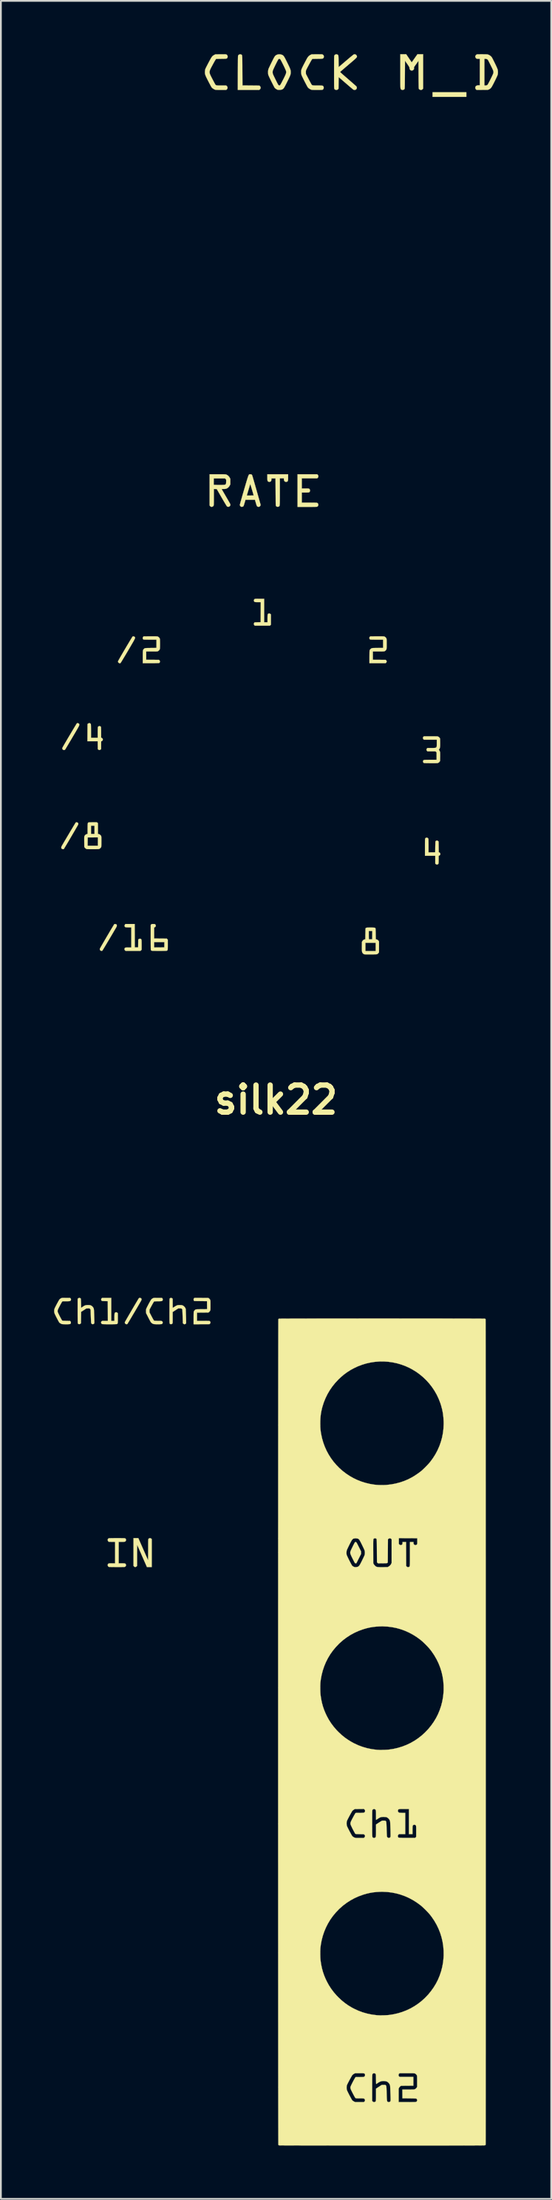
<source format=kicad_pcb>
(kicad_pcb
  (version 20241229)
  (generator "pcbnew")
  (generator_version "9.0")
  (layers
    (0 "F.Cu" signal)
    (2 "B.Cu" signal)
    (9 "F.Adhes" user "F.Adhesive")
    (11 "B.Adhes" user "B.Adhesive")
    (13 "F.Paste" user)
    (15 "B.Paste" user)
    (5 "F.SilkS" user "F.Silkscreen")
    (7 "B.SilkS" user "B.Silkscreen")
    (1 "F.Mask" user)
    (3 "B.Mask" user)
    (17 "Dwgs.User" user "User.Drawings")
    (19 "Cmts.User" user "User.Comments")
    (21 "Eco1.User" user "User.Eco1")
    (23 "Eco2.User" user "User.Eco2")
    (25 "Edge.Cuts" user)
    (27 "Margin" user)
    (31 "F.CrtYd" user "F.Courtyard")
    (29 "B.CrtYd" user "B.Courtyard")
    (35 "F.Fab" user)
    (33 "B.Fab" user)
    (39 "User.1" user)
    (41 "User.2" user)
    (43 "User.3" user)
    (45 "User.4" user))
  (footprint "silk22"
    (layer "F.Cu")
    (at 12.505 58.882)
    (property "Reference" "silk22" (at 0 0 0) (layer "F.SilkS") (effects (font (size 1.524 1.524) (thickness 0.3))))
    (attr through_hole)
    (fp_poly (pts (xy 10.731 -56.479) (xy 8.828 -56.479) (xy 8.828 -56.736) (xy 10.731 -56.736) (xy 10.731 -56.479)) (stroke (width 0.01) (type solid)) (fill yes) (layer "F.SilkS"))
    (fp_poly (pts (xy -0.666 -26.894) (xy -0.476 -26.894) (xy -0.476 -27.103) (xy -0.475 -27.18) (xy -0.474 -27.24) (xy -0.472 -27.285) (xy -0.467 -27.319) (xy -0.461 -27.343) (xy -0.452 -27.36) (xy -0.44 -27.371) (xy -0.429 -27.378) (xy -0.39 -27.389) (xy -0.35 -27.383) (xy -0.316 -27.363) (xy -0.313 -27.36) (xy -0.285 -27.333) (xy -0.285 -26.759) (xy -0.341 -26.703) (xy -1.191 -26.703) (xy -1.218 -26.731) (xy -1.241 -26.766) (xy -1.247 -26.805) (xy -1.236 -26.844) (xy -1.223 -26.862) (xy -1.2 -26.889) (xy -1.031 -26.894) (xy -0.861 -26.898) (xy -0.858 -27.462) (xy -0.856 -28.026) (xy -1.014 -28.026) (xy -1.081 -28.026) (xy -1.133 -28.028) (xy -1.17 -28.032) (xy -1.197 -28.039) (xy -1.215 -28.05) (xy -1.228 -28.064) (xy -1.235 -28.078) (xy -1.245 -28.12) (xy -1.237 -28.159) (xy -1.211 -28.194) (xy -1.205 -28.199) (xy -1.197 -28.204) (xy -1.186 -28.208) (xy -1.169 -28.211) (xy -1.144 -28.213) (xy -1.11 -28.214) (xy -1.062 -28.215) (xy -1.001 -28.216) (xy -0.925 -28.216) (xy -0.666 -28.216) (xy -0.666 -26.894)) (stroke (width 0.01) (type solid)) (fill yes) (layer "F.SilkS"))
    (fp_poly (pts (xy 4.501 24.898) (xy 4.511 24.899) (xy 4.519 24.902) (xy 4.527 24.909) (xy 4.537 24.921) (xy 4.549 24.94) (xy 4.565 24.968) (xy 4.586 25.007) (xy 4.612 25.058) (xy 4.646 25.124) (xy 4.665 25.162) (xy 4.796 25.424) (xy 4.797 25.494) (xy 4.797 25.565) (xy 4.665 25.827) (xy 4.533 26.09) (xy 4.499 26.093) (xy 4.467 26.09) (xy 4.45 26.078) (xy 4.442 26.065) (xy 4.427 26.038) (xy 4.406 25.998) (xy 4.38 25.948) (xy 4.351 25.891) (xy 4.319 25.828) (xy 4.316 25.822) (xy 4.276 25.742) (xy 4.245 25.676) (xy 4.221 25.623) (xy 4.204 25.579) (xy 4.193 25.543) (xy 4.188 25.512) (xy 4.188 25.485) (xy 4.191 25.457) (xy 4.198 25.428) (xy 4.2 25.423) (xy 4.208 25.4) (xy 4.223 25.365) (xy 4.244 25.319) (xy 4.269 25.266) (xy 4.297 25.209) (xy 4.326 25.149) (xy 4.355 25.091) (xy 4.383 25.036) (xy 4.408 24.988) (xy 4.429 24.948) (xy 4.446 24.92) (xy 4.455 24.907) (xy 4.455 24.907) (xy 4.475 24.899) (xy 4.501 24.897) (xy 4.501 24.898)) (stroke (width 0.01) (type solid)) (fill yes) (layer "F.SilkS"))
    (fp_poly (pts (xy -7.96 -9.244) (xy -7.958 -8.586) (xy -7.767 -8.586) (xy -7.762 -9.026) (xy -7.737 -9.051) (xy -7.707 -9.069) (xy -7.668 -9.076) (xy -7.63 -9.07) (xy -7.619 -9.066) (xy -7.607 -9.058) (xy -7.596 -9.047) (xy -7.588 -9.033) (xy -7.582 -9.012) (xy -7.578 -8.983) (xy -7.575 -8.943) (xy -7.573 -8.89) (xy -7.573 -8.823) (xy -7.572 -8.74) (xy -7.572 -8.728) (xy -7.572 -8.455) (xy -7.605 -8.423) (xy -7.637 -8.391) (xy -8.475 -8.391) (xy -8.504 -8.415) (xy -8.53 -8.448) (xy -8.54 -8.486) (xy -8.532 -8.526) (xy -8.529 -8.532) (xy -8.514 -8.555) (xy -8.496 -8.571) (xy -8.496 -8.571) (xy -8.48 -8.574) (xy -8.448 -8.577) (xy -8.404 -8.579) (xy -8.35 -8.581) (xy -8.315 -8.581) (xy -8.153 -8.581) (xy -8.153 -9.713) (xy -8.305 -9.713) (xy -8.373 -9.714) (xy -8.425 -9.716) (xy -8.462 -9.721) (xy -8.489 -9.728) (xy -8.508 -9.739) (xy -8.52 -9.754) (xy -8.523 -9.76) (xy -8.533 -9.797) (xy -8.528 -9.837) (xy -8.509 -9.873) (xy -8.509 -9.874) (xy -8.484 -9.903) (xy -7.963 -9.903) (xy -7.96 -9.244)) (stroke (width 0.01) (type solid)) (fill yes) (layer "F.SilkS"))
    (fp_poly (pts (xy -1.965 -58.862) (xy -1.954 -58.857) (xy -1.944 -58.853) (xy -1.935 -58.848) (xy -1.927 -58.842) (xy -1.921 -58.832) (xy -1.915 -58.819) (xy -1.911 -58.801) (xy -1.907 -58.776) (xy -1.904 -58.744) (xy -1.901 -58.703) (xy -1.899 -58.652) (xy -1.898 -58.59) (xy -1.897 -58.516) (xy -1.896 -58.428) (xy -1.895 -58.326) (xy -1.894 -58.208) (xy -1.894 -58.073) (xy -1.893 -57.959) (xy -1.888 -57.121) (xy -1.41 -57.117) (xy -0.931 -57.112) (xy -0.898 -57.076) (xy -0.878 -57.051) (xy -0.868 -57.028) (xy -0.866 -56.998) (xy -0.866 -56.992) (xy -0.867 -56.962) (xy -0.874 -56.94) (xy -0.89 -56.919) (xy -0.903 -56.906) (xy -0.94 -56.869) (xy -2.15 -56.869) (xy -2.148 -57.828) (xy -2.147 -57.985) (xy -2.147 -58.124) (xy -2.146 -58.246) (xy -2.146 -58.352) (xy -2.145 -58.444) (xy -2.145 -58.522) (xy -2.144 -58.588) (xy -2.143 -58.643) (xy -2.142 -58.687) (xy -2.141 -58.723) (xy -2.14 -58.751) (xy -2.138 -58.772) (xy -2.136 -58.788) (xy -2.134 -58.799) (xy -2.132 -58.806) (xy -2.129 -58.812) (xy -2.128 -58.813) (xy -2.095 -58.848) (xy -2.053 -58.869) (xy -2.008 -58.874) (xy -1.965 -58.862)) (stroke (width 0.01) (type solid)) (fill yes) (layer "F.SilkS"))
    (fp_poly (pts (xy -7.629 11.157) (xy -7.597 11.177) (xy -7.58 11.208) (xy -7.578 11.247) (xy -7.589 11.284) (xy -7.598 11.301) (xy -7.615 11.332) (xy -7.64 11.375) (xy -7.671 11.43) (xy -7.709 11.495) (xy -7.751 11.567) (xy -7.797 11.647) (xy -7.847 11.732) (xy -7.899 11.82) (xy -7.952 11.911) (xy -8.006 12.002) (xy -8.06 12.092) (xy -8.112 12.18) (xy -8.162 12.265) (xy -8.209 12.344) (xy -8.252 12.416) (xy -8.291 12.479) (xy -8.323 12.533) (xy -8.349 12.575) (xy -8.368 12.605) (xy -8.378 12.62) (xy -8.379 12.622) (xy -8.407 12.632) (xy -8.443 12.629) (xy -8.474 12.614) (xy -8.505 12.586) (xy -8.519 12.552) (xy -8.516 12.515) (xy -8.51 12.503) (xy -8.495 12.476) (xy -8.473 12.437) (xy -8.443 12.385) (xy -8.408 12.323) (xy -8.367 12.252) (xy -8.322 12.174) (xy -8.273 12.09) (xy -8.222 12.003) (xy -8.169 11.912) (xy -8.116 11.82) (xy -8.062 11.729) (xy -8.01 11.64) (xy -7.959 11.554) (xy -7.911 11.473) (xy -7.867 11.398) (xy -7.827 11.332) (xy -7.793 11.275) (xy -7.766 11.229) (xy -7.745 11.196) (xy -7.733 11.177) (xy -7.732 11.176) (xy -7.716 11.158) (xy -7.696 11.151) (xy -7.673 11.149) (xy -7.629 11.157)) (stroke (width 0.01) (type solid)) (fill yes) (layer "F.SilkS"))
    (fp_poly (pts (xy -9.052 -9.901) (xy -9.018 -9.892) (xy -8.991 -9.877) (xy -8.977 -9.86) (xy -8.971 -9.828) (xy -8.973 -9.789) (xy -8.983 -9.755) (xy -8.984 -9.753) (xy -8.995 -9.732) (xy -9.015 -9.698) (xy -9.041 -9.652) (xy -9.075 -9.595) (xy -9.114 -9.528) (xy -9.158 -9.454) (xy -9.205 -9.373) (xy -9.256 -9.287) (xy -9.309 -9.198) (xy -9.363 -9.107) (xy -9.417 -9.015) (xy -9.471 -8.925) (xy -9.523 -8.837) (xy -9.573 -8.753) (xy -9.62 -8.675) (xy -9.663 -8.603) (xy -9.701 -8.54) (xy -9.733 -8.488) (xy -9.759 -8.446) (xy -9.776 -8.418) (xy -9.785 -8.404) (xy -9.786 -8.402) (xy -9.814 -8.392) (xy -9.848 -8.393) (xy -9.882 -8.404) (xy -9.886 -8.407) (xy -9.914 -8.435) (xy -9.929 -8.471) (xy -9.929 -8.504) (xy -9.923 -8.516) (xy -9.909 -8.542) (xy -9.886 -8.582) (xy -9.857 -8.634) (xy -9.822 -8.696) (xy -9.781 -8.767) (xy -9.735 -8.845) (xy -9.686 -8.929) (xy -9.635 -9.018) (xy -9.581 -9.109) (xy -9.527 -9.202) (xy -9.472 -9.295) (xy -9.418 -9.386) (xy -9.366 -9.475) (xy -9.316 -9.559) (xy -9.27 -9.636) (xy -9.227 -9.707) (xy -9.19 -9.768) (xy -9.159 -9.82) (xy -9.135 -9.859) (xy -9.118 -9.885) (xy -9.111 -9.896) (xy -9.11 -9.896) (xy -9.085 -9.903) (xy -9.052 -9.901)) (stroke (width 0.01) (type solid)) (fill yes) (layer "F.SilkS"))
    (fp_poly (pts (xy -8.015 -26.097) (xy -7.982 -26.083) (xy -7.965 -26.069) (xy -7.956 -26.06) (xy -7.949 -26.052) (xy -7.944 -26.042) (xy -7.942 -26.03) (xy -7.943 -26.015) (xy -7.947 -25.996) (xy -7.956 -25.972) (xy -7.97 -25.941) (xy -7.989 -25.903) (xy -8.013 -25.857) (xy -8.044 -25.801) (xy -8.082 -25.735) (xy -8.128 -25.657) (xy -8.181 -25.566) (xy -8.242 -25.461) (xy -8.313 -25.341) (xy -8.342 -25.291) (xy -8.403 -25.187) (xy -8.462 -25.088) (xy -8.518 -24.994) (xy -8.57 -24.908) (xy -8.617 -24.83) (xy -8.659 -24.761) (xy -8.694 -24.703) (xy -8.723 -24.657) (xy -8.743 -24.624) (xy -8.756 -24.606) (xy -8.758 -24.603) (xy -8.782 -24.587) (xy -8.805 -24.583) (xy -8.835 -24.593) (xy -8.847 -24.599) (xy -8.882 -24.625) (xy -8.9 -24.658) (xy -8.901 -24.697) (xy -8.895 -24.71) (xy -8.88 -24.738) (xy -8.858 -24.78) (xy -8.828 -24.833) (xy -8.792 -24.896) (xy -8.751 -24.968) (xy -8.705 -25.047) (xy -8.655 -25.132) (xy -8.603 -25.222) (xy -8.549 -25.314) (xy -8.494 -25.407) (xy -8.439 -25.5) (xy -8.385 -25.592) (xy -8.332 -25.68) (xy -8.282 -25.764) (xy -8.236 -25.841) (xy -8.193 -25.911) (xy -8.156 -25.972) (xy -8.125 -26.022) (xy -8.101 -26.06) (xy -8.085 -26.084) (xy -8.078 -26.093) (xy -8.05 -26.101) (xy -8.015 -26.097)) (stroke (width 0.01) (type solid)) (fill yes) (layer "F.SilkS"))
    (fp_poly (pts (xy 2.355 -35.195) (xy 2.375 -35.172) (xy 2.385 -35.152) (xy 2.388 -35.123) (xy 2.388 -35.113) (xy 2.386 -35.081) (xy 2.379 -35.059) (xy 2.362 -35.038) (xy 2.355 -35.031) (xy 2.323 -34.999) (xy 1.456 -34.999) (xy 1.456 -34.428) (xy 1.646 -34.428) (xy 1.715 -34.428) (xy 1.768 -34.427) (xy 1.807 -34.425) (xy 1.835 -34.422) (xy 1.854 -34.418) (xy 1.865 -34.414) (xy 1.896 -34.387) (xy 1.915 -34.351) (xy 1.921 -34.308) (xy 1.912 -34.266) (xy 1.907 -34.257) (xy 1.897 -34.239) (xy 1.886 -34.225) (xy 1.872 -34.215) (xy 1.852 -34.208) (xy 1.823 -34.203) (xy 1.782 -34.201) (xy 1.729 -34.2) (xy 1.659 -34.2) (xy 1.456 -34.2) (xy 1.456 -33.629) (xy 1.873 -33.629) (xy 1.975 -33.629) (xy 2.067 -33.628) (xy 2.146 -33.627) (xy 2.212 -33.626) (xy 2.263 -33.624) (xy 2.298 -33.622) (xy 2.315 -33.62) (xy 2.316 -33.619) (xy 2.355 -33.596) (xy 2.379 -33.561) (xy 2.388 -33.514) (xy 2.388 -33.51) (xy 2.38 -33.462) (xy 2.357 -33.426) (xy 2.32 -33.402) (xy 2.316 -33.4) (xy 2.301 -33.398) (xy 2.268 -33.396) (xy 2.218 -33.395) (xy 2.152 -33.394) (xy 2.07 -33.392) (xy 1.975 -33.392) (xy 1.867 -33.391) (xy 1.755 -33.391) (xy 1.218 -33.391) (xy 1.218 -35.227) (xy 2.323 -35.227) (xy 2.355 -35.195)) (stroke (width 0.01) (type solid)) (fill yes) (layer "F.SilkS"))
    (fp_poly (pts (xy -11.223 -15.627) (xy -11.189 -15.615) (xy -11.16 -15.596) (xy -11.144 -15.57) (xy -11.144 -15.568) (xy -11.141 -15.54) (xy -11.143 -15.517) (xy -11.148 -15.505) (xy -11.163 -15.479) (xy -11.185 -15.439) (xy -11.214 -15.387) (xy -11.25 -15.325) (xy -11.291 -15.254) (xy -11.336 -15.176) (xy -11.385 -15.092) (xy -11.437 -15.003) (xy -11.49 -14.912) (xy -11.545 -14.819) (xy -11.599 -14.726) (xy -11.653 -14.635) (xy -11.705 -14.546) (xy -11.755 -14.462) (xy -11.801 -14.384) (xy -11.844 -14.314) (xy -11.881 -14.252) (xy -11.912 -14.201) (xy -11.936 -14.162) (xy -11.952 -14.136) (xy -11.96 -14.125) (xy -11.961 -14.125) (xy -11.989 -14.117) (xy -12.023 -14.12) (xy -12.057 -14.132) (xy -12.071 -14.142) (xy -12.092 -14.164) (xy -12.1 -14.188) (xy -12.101 -14.204) (xy -12.096 -14.238) (xy -12.086 -14.27) (xy -12.085 -14.273) (xy -12.074 -14.293) (xy -12.055 -14.327) (xy -12.028 -14.373) (xy -11.994 -14.43) (xy -11.956 -14.497) (xy -11.912 -14.571) (xy -11.864 -14.652) (xy -11.813 -14.737) (xy -11.761 -14.826) (xy -11.707 -14.917) (xy -11.652 -15.009) (xy -11.599 -15.099) (xy -11.546 -15.187) (xy -11.496 -15.27) (xy -11.449 -15.349) (xy -11.407 -15.42) (xy -11.369 -15.482) (xy -11.337 -15.535) (xy -11.312 -15.576) (xy -11.294 -15.604) (xy -11.286 -15.617) (xy -11.285 -15.618) (xy -11.257 -15.629) (xy -11.223 -15.627)) (stroke (width 0.01) (type solid)) (fill yes) (layer "F.SilkS"))
    (fp_poly (pts (xy -10.478 -21.203) (xy -10.447 -21.177) (xy -10.437 -21.16) (xy -10.434 -21.146) (xy -10.431 -21.115) (xy -10.429 -21.068) (xy -10.428 -21.003) (xy -10.427 -20.921) (xy -10.426 -20.821) (xy -10.426 -20.763) (xy -10.426 -20.387) (xy -10.046 -20.387) (xy -10.046 -20.676) (xy -10.046 -20.751) (xy -10.045 -20.82) (xy -10.043 -20.88) (xy -10.042 -20.93) (xy -10.04 -20.966) (xy -10.037 -20.987) (xy -10.037 -20.99) (xy -10.017 -21.019) (xy -9.987 -21.038) (xy -9.951 -21.045) (xy -9.916 -21.041) (xy -9.885 -21.024) (xy -9.866 -20.999) (xy -9.863 -20.981) (xy -9.86 -20.944) (xy -9.858 -20.888) (xy -9.856 -20.813) (xy -9.856 -20.721) (xy -9.856 -20.686) (xy -9.856 -20.396) (xy -9.824 -20.383) (xy -9.788 -20.359) (xy -9.766 -20.327) (xy -9.759 -20.29) (xy -9.768 -20.253) (xy -9.788 -20.224) (xy -9.811 -20.206) (xy -9.832 -20.197) (xy -9.836 -20.196) (xy -9.842 -20.196) (xy -9.847 -20.193) (xy -9.85 -20.185) (xy -9.853 -20.169) (xy -9.854 -20.145) (xy -9.855 -20.108) (xy -9.856 -20.058) (xy -9.856 -19.991) (xy -9.856 -19.757) (xy -9.883 -19.729) (xy -9.918 -19.707) (xy -9.957 -19.701) (xy -9.996 -19.712) (xy -10.014 -19.725) (xy -10.041 -19.748) (xy -10.044 -19.972) (xy -10.047 -20.196) (xy -10.627 -20.196) (xy -10.624 -20.678) (xy -10.621 -21.159) (xy -10.59 -21.186) (xy -10.553 -21.209) (xy -10.514 -21.214) (xy -10.478 -21.203)) (stroke (width 0.01) (type solid)) (fill yes) (layer "F.SilkS"))
    (fp_poly (pts (xy -11.156 -21.21) (xy -11.12 -21.192) (xy -11.101 -21.178) (xy -11.092 -21.164) (xy -11.088 -21.142) (xy -11.088 -21.119) (xy -11.089 -21.109) (xy -11.09 -21.099) (xy -11.092 -21.088) (xy -11.097 -21.074) (xy -11.104 -21.057) (xy -11.115 -21.034) (xy -11.13 -21.006) (xy -11.149 -20.971) (xy -11.173 -20.928) (xy -11.203 -20.876) (xy -11.24 -20.813) (xy -11.283 -20.738) (xy -11.334 -20.651) (xy -11.394 -20.55) (xy -11.462 -20.434) (xy -11.482 -20.401) (xy -11.543 -20.297) (xy -11.601 -20.199) (xy -11.657 -20.106) (xy -11.708 -20.02) (xy -11.754 -19.942) (xy -11.795 -19.874) (xy -11.83 -19.816) (xy -11.857 -19.771) (xy -11.877 -19.739) (xy -11.888 -19.722) (xy -11.89 -19.719) (xy -11.92 -19.701) (xy -11.957 -19.699) (xy -11.974 -19.703) (xy -12.005 -19.719) (xy -12.03 -19.745) (xy -12.043 -19.776) (xy -12.044 -19.784) (xy -12.04 -19.809) (xy -12.031 -19.837) (xy -12.031 -19.838) (xy -12.023 -19.853) (xy -12.006 -19.883) (xy -11.982 -19.926) (xy -11.95 -19.981) (xy -11.913 -20.045) (xy -11.871 -20.117) (xy -11.824 -20.197) (xy -11.774 -20.282) (xy -11.722 -20.371) (xy -11.668 -20.462) (xy -11.613 -20.554) (xy -11.559 -20.645) (xy -11.506 -20.735) (xy -11.454 -20.821) (xy -11.406 -20.901) (xy -11.362 -20.975) (xy -11.322 -21.041) (xy -11.287 -21.098) (xy -11.26 -21.143) (xy -11.239 -21.175) (xy -11.227 -21.194) (xy -11.224 -21.198) (xy -11.193 -21.212) (xy -11.156 -21.21)) (stroke (width 0.01) (type solid)) (fill yes) (layer "F.SilkS"))
    (fp_poly (pts (xy -9.285 12.443) (xy -9.104 12.443) (xy -9.104 12.245) (xy -9.104 12.177) (xy -9.102 12.117) (xy -9.1 12.069) (xy -9.097 12.034) (xy -9.094 12.017) (xy -9.074 11.984) (xy -9.043 11.964) (xy -9.007 11.958) (xy -8.971 11.966) (xy -8.942 11.986) (xy -8.914 12.014) (xy -8.914 12.291) (xy -8.914 12.376) (xy -8.914 12.444) (xy -8.916 12.498) (xy -8.918 12.538) (xy -8.922 12.568) (xy -8.928 12.589) (xy -8.937 12.603) (xy -8.947 12.612) (xy -8.961 12.619) (xy -8.973 12.623) (xy -8.99 12.626) (xy -9.023 12.628) (xy -9.069 12.629) (xy -9.128 12.631) (xy -9.195 12.632) (xy -9.268 12.633) (xy -9.345 12.633) (xy -9.424 12.633) (xy -9.501 12.633) (xy -9.575 12.632) (xy -9.642 12.631) (xy -9.7 12.629) (xy -9.748 12.628) (xy -9.781 12.625) (xy -9.798 12.623) (xy -9.799 12.623) (xy -9.831 12.601) (xy -9.851 12.566) (xy -9.855 12.532) (xy -9.853 12.502) (xy -9.841 12.481) (xy -9.826 12.468) (xy -9.815 12.459) (xy -9.804 12.452) (xy -9.79 12.448) (xy -9.769 12.445) (xy -9.74 12.444) (xy -9.697 12.443) (xy -9.639 12.443) (xy -9.475 12.443) (xy -9.477 11.889) (xy -9.48 11.335) (xy -9.644 11.33) (xy -9.703 11.328) (xy -9.747 11.326) (xy -9.778 11.324) (xy -9.799 11.321) (xy -9.813 11.316) (xy -9.823 11.31) (xy -9.829 11.304) (xy -9.848 11.273) (xy -9.852 11.236) (xy -9.844 11.2) (xy -9.824 11.172) (xy -9.797 11.149) (xy -9.285 11.149) (xy -9.285 12.443)) (stroke (width 0.01) (type solid)) (fill yes) (layer "F.SilkS"))
    (fp_poly (pts (xy 8.542 -14.756) (xy 8.573 -14.732) (xy 8.592 -14.696) (xy 8.594 -14.687) (xy 8.595 -14.671) (xy 8.597 -14.638) (xy 8.598 -14.591) (xy 8.599 -14.532) (xy 8.599 -14.463) (xy 8.6 -14.386) (xy 8.6 -14.304) (xy 8.6 -14.297) (xy 8.6 -13.936) (xy 8.788 -13.939) (xy 8.976 -13.941) (xy 8.98 -14.241) (xy 8.982 -14.315) (xy 8.984 -14.384) (xy 8.986 -14.445) (xy 8.988 -14.495) (xy 8.99 -14.532) (xy 8.992 -14.554) (xy 8.993 -14.558) (xy 9.011 -14.577) (xy 9.04 -14.594) (xy 9.072 -14.602) (xy 9.08 -14.603) (xy 9.102 -14.596) (xy 9.127 -14.581) (xy 9.135 -14.575) (xy 9.166 -14.547) (xy 9.171 -14.244) (xy 9.175 -13.941) (xy 9.196 -13.938) (xy 9.216 -13.929) (xy 9.238 -13.911) (xy 9.242 -13.907) (xy 9.262 -13.87) (xy 9.265 -13.832) (xy 9.252 -13.796) (xy 9.224 -13.768) (xy 9.207 -13.759) (xy 9.171 -13.743) (xy 9.171 -13.536) (xy 9.17 -13.46) (xy 9.169 -13.402) (xy 9.167 -13.357) (xy 9.163 -13.325) (xy 9.157 -13.301) (xy 9.148 -13.285) (xy 9.136 -13.274) (xy 9.122 -13.265) (xy 9.08 -13.252) (xy 9.041 -13.258) (xy 9.008 -13.28) (xy 8.98 -13.307) (xy 8.98 -13.746) (xy 8.4 -13.746) (xy 8.4 -14.218) (xy 8.4 -14.327) (xy 8.4 -14.419) (xy 8.401 -14.495) (xy 8.402 -14.556) (xy 8.403 -14.605) (xy 8.404 -14.643) (xy 8.406 -14.672) (xy 8.408 -14.692) (xy 8.411 -14.706) (xy 8.414 -14.716) (xy 8.414 -14.717) (xy 8.435 -14.745) (xy 8.464 -14.76) (xy 8.503 -14.764) (xy 8.542 -14.756)) (stroke (width 0.01) (type solid)) (fill yes) (layer "F.SilkS"))
    (fp_poly (pts (xy -6.876 -9.903) (xy -6.848 -9.901) (xy -6.83 -9.897) (xy -6.816 -9.889) (xy -6.802 -9.877) (xy -6.801 -9.875) (xy -6.78 -9.842) (xy -6.774 -9.805) (xy -6.782 -9.769) (xy -6.803 -9.739) (xy -6.837 -9.719) (xy -6.844 -9.717) (xy -6.868 -9.711) (xy -6.868 -9.086) (xy -6.511 -9.083) (xy -6.153 -9.08) (xy -6.126 -9.049) (xy -6.098 -9.018) (xy -6.098 -8.735) (xy -6.098 -8.651) (xy -6.099 -8.583) (xy -6.1 -8.531) (xy -6.102 -8.491) (xy -6.105 -8.461) (xy -6.111 -8.441) (xy -6.118 -8.426) (xy -6.127 -8.416) (xy -6.14 -8.408) (xy -6.152 -8.401) (xy -6.166 -8.398) (xy -6.195 -8.396) (xy -6.24 -8.394) (xy -6.302 -8.392) (xy -6.382 -8.392) (xy -6.479 -8.391) (xy -6.58 -8.391) (xy -6.682 -8.391) (xy -6.766 -8.392) (xy -6.834 -8.392) (xy -6.889 -8.393) (xy -6.931 -8.394) (xy -6.963 -8.396) (xy -6.986 -8.398) (xy -7.001 -8.401) (xy -7.012 -8.405) (xy -7.013 -8.405) (xy -7.035 -8.421) (xy -7.049 -8.438) (xy -7.051 -8.451) (xy -7.053 -8.484) (xy -7.055 -8.535) (xy -7.056 -8.604) (xy -7.057 -8.692) (xy -7.058 -8.798) (xy -7.058 -8.885) (xy -6.868 -8.885) (xy -6.868 -8.581) (xy -6.581 -8.583) (xy -6.293 -8.586) (xy -6.29 -8.735) (xy -6.288 -8.885) (xy -6.868 -8.885) (xy -7.058 -8.885) (xy -7.058 -8.922) (xy -7.059 -9.063) (xy -7.059 -9.153) (xy -7.059 -9.85) (xy -7.033 -9.876) (xy -7.02 -9.889) (xy -7.007 -9.897) (xy -6.989 -9.901) (xy -6.962 -9.903) (xy -6.92 -9.903) (xy -6.918 -9.903) (xy -6.876 -9.903)) (stroke (width 0.01) (type solid)) (fill yes) (layer "F.SilkS"))
    (fp_poly (pts (xy -7.894 24.677) (xy -7.758 24.677) (xy -7.489 25.288) (xy -7.444 25.39) (xy -7.401 25.487) (xy -7.361 25.578) (xy -7.324 25.661) (xy -7.292 25.734) (xy -7.264 25.797) (xy -7.241 25.848) (xy -7.224 25.885) (xy -7.214 25.908) (xy -7.211 25.914) (xy -7.209 25.908) (xy -7.207 25.883) (xy -7.205 25.84) (xy -7.204 25.78) (xy -7.203 25.703) (xy -7.202 25.609) (xy -7.202 25.5) (xy -7.201 25.375) (xy -7.201 25.333) (xy -7.201 25.212) (xy -7.201 25.108) (xy -7.201 25.02) (xy -7.2 24.947) (xy -7.2 24.887) (xy -7.199 24.839) (xy -7.198 24.802) (xy -7.196 24.773) (xy -7.194 24.752) (xy -7.192 24.738) (xy -7.19 24.728) (xy -7.187 24.721) (xy -7.185 24.719) (xy -7.151 24.69) (xy -7.112 24.677) (xy -7.071 24.681) (xy -7.035 24.702) (xy -7.031 24.705) (xy -7.002 24.732) (xy -7.002 26.304) (xy -7.137 26.304) (xy -7.273 26.304) (xy -7.543 25.688) (xy -7.587 25.586) (xy -7.63 25.488) (xy -7.67 25.398) (xy -7.707 25.315) (xy -7.739 25.241) (xy -7.767 25.179) (xy -7.79 25.128) (xy -7.807 25.091) (xy -7.818 25.069) (xy -7.821 25.063) (xy -7.822 25.07) (xy -7.824 25.096) (xy -7.825 25.137) (xy -7.826 25.195) (xy -7.827 25.266) (xy -7.828 25.351) (xy -7.829 25.447) (xy -7.829 25.553) (xy -7.829 25.645) (xy -7.829 26.237) (xy -7.855 26.266) (xy -7.888 26.29) (xy -7.926 26.301) (xy -7.964 26.297) (xy -7.968 26.295) (xy -7.988 26.281) (xy -8.008 26.261) (xy -8.009 26.26) (xy -8.029 26.235) (xy -8.029 24.677) (xy -7.894 24.677)) (stroke (width 0.01) (type solid)) (fill yes) (layer "F.SilkS"))
    (fp_poly (pts (xy 0.685 -35.055) (xy 0.685 -34.986) (xy 0.683 -34.933) (xy 0.679 -34.894) (xy 0.674 -34.865) (xy 0.665 -34.845) (xy 0.652 -34.829) (xy 0.636 -34.816) (xy 0.633 -34.815) (xy 0.609 -34.805) (xy 0.576 -34.799) (xy 0.568 -34.799) (xy 0.522 -34.807) (xy 0.487 -34.831) (xy 0.462 -34.869) (xy 0.449 -34.92) (xy 0.447 -34.951) (xy 0.447 -34.999) (xy 0.219 -34.999) (xy 0.219 -34.247) (xy 0.219 -34.105) (xy 0.219 -33.981) (xy 0.219 -33.874) (xy 0.218 -33.782) (xy 0.217 -33.704) (xy 0.216 -33.639) (xy 0.215 -33.585) (xy 0.213 -33.542) (xy 0.21 -33.507) (xy 0.207 -33.481) (xy 0.203 -33.461) (xy 0.198 -33.446) (xy 0.193 -33.436) (xy 0.186 -33.428) (xy 0.179 -33.422) (xy 0.17 -33.416) (xy 0.168 -33.415) (xy 0.129 -33.399) (xy 0.085 -33.396) (xy 0.052 -33.404) (xy 0.025 -33.42) (xy 0.005 -33.438) (xy 0.001 -33.443) (xy -0.002 -33.448) (xy -0.004 -33.456) (xy -0.007 -33.467) (xy -0.009 -33.484) (xy -0.01 -33.507) (xy -0.012 -33.537) (xy -0.013 -33.576) (xy -0.014 -33.624) (xy -0.015 -33.685) (xy -0.016 -33.757) (xy -0.016 -33.843) (xy -0.017 -33.945) (xy -0.018 -34.062) (xy -0.019 -34.197) (xy -0.019 -34.227) (xy -0.024 -34.994) (xy -0.252 -34.994) (xy -0.257 -34.932) (xy -0.261 -34.896) (xy -0.268 -34.866) (xy -0.274 -34.849) (xy -0.3 -34.821) (xy -0.336 -34.805) (xy -0.378 -34.8) (xy -0.419 -34.809) (xy -0.428 -34.813) (xy -0.447 -34.825) (xy -0.461 -34.839) (xy -0.471 -34.858) (xy -0.478 -34.885) (xy -0.482 -34.923) (xy -0.484 -34.974) (xy -0.485 -35.041) (xy -0.485 -35.055) (xy -0.485 -35.227) (xy 0.685 -35.227) (xy 0.685 -35.055)) (stroke (width 0.01) (type solid)) (fill yes) (layer "F.SilkS"))
    (fp_poly (pts (xy -4.201 11.151) (xy -3.807 11.154) (xy -3.77 11.183) (xy -3.743 11.211) (xy -3.718 11.244) (xy -3.712 11.254) (xy -3.706 11.267) (xy -3.701 11.28) (xy -3.698 11.296) (xy -3.695 11.316) (xy -3.693 11.344) (xy -3.692 11.382) (xy -3.691 11.432) (xy -3.691 11.496) (xy -3.691 11.563) (xy -3.691 11.642) (xy -3.691 11.704) (xy -3.692 11.751) (xy -3.693 11.787) (xy -3.695 11.814) (xy -3.698 11.833) (xy -3.702 11.848) (xy -3.707 11.861) (xy -3.712 11.872) (xy -3.734 11.905) (xy -3.762 11.936) (xy -3.77 11.943) (xy -3.807 11.972) (xy -4.13 11.975) (xy -4.452 11.978) (xy -4.452 12.443) (xy -4.104 12.443) (xy -4.005 12.443) (xy -3.92 12.444) (xy -3.85 12.446) (xy -3.796 12.447) (xy -3.759 12.45) (xy -3.74 12.452) (xy -3.738 12.453) (xy -3.717 12.472) (xy -3.7 12.503) (xy -3.691 12.535) (xy -3.691 12.542) (xy -3.697 12.564) (xy -3.713 12.59) (xy -3.719 12.598) (xy -3.747 12.629) (xy -4.194 12.631) (xy -4.642 12.634) (xy -4.642 12.298) (xy -4.642 12.205) (xy -4.641 12.122) (xy -4.64 12.051) (xy -4.638 11.995) (xy -4.636 11.954) (xy -4.633 11.93) (xy -4.632 11.927) (xy -4.614 11.887) (xy -4.583 11.847) (xy -4.547 11.815) (xy -4.534 11.808) (xy -4.524 11.803) (xy -4.51 11.799) (xy -4.491 11.797) (xy -4.463 11.794) (xy -4.427 11.792) (xy -4.378 11.791) (xy -4.315 11.79) (xy -4.237 11.789) (xy -4.193 11.789) (xy -3.881 11.786) (xy -3.884 11.56) (xy -3.886 11.335) (xy -4.246 11.33) (xy -4.606 11.325) (xy -4.624 11.303) (xy -4.64 11.27) (xy -4.643 11.232) (xy -4.634 11.195) (xy -4.619 11.172) (xy -4.595 11.149) (xy -4.201 11.151)) (stroke (width 0.01) (type solid)) (fill yes) (layer "F.SilkS"))
    (fp_poly (pts (xy 5.897 -26.102) (xy 5.974 -26.101) (xy 6.034 -26.1) (xy 6.075 -26.097) (xy 6.098 -26.095) (xy 6.098 -26.094) (xy 6.143 -26.074) (xy 6.184 -26.04) (xy 6.216 -25.999) (xy 6.223 -25.985) (xy 6.228 -25.972) (xy 6.232 -25.957) (xy 6.235 -25.937) (xy 6.237 -25.91) (xy 6.239 -25.873) (xy 6.24 -25.825) (xy 6.24 -25.762) (xy 6.24 -25.683) (xy 6.24 -25.678) (xy 6.24 -25.593) (xy 6.24 -25.524) (xy 6.238 -25.47) (xy 6.235 -25.428) (xy 6.231 -25.395) (xy 6.225 -25.37) (xy 6.216 -25.35) (xy 6.205 -25.333) (xy 6.19 -25.316) (xy 6.185 -25.311) (xy 6.17 -25.295) (xy 6.154 -25.282) (xy 6.137 -25.271) (xy 6.116 -25.263) (xy 6.09 -25.257) (xy 6.055 -25.253) (xy 6.01 -25.251) (xy 5.953 -25.249) (xy 5.881 -25.248) (xy 5.793 -25.248) (xy 5.772 -25.248) (xy 5.461 -25.248) (xy 5.461 -24.782) (xy 6.185 -24.777) (xy 6.214 -24.745) (xy 6.232 -24.721) (xy 6.239 -24.701) (xy 6.238 -24.674) (xy 6.238 -24.673) (xy 6.224 -24.633) (xy 6.207 -24.613) (xy 6.182 -24.591) (xy 5.27 -24.591) (xy 5.27 -24.931) (xy 5.271 -25.034) (xy 5.272 -25.122) (xy 5.273 -25.195) (xy 5.275 -25.251) (xy 5.278 -25.29) (xy 5.281 -25.31) (xy 5.301 -25.352) (xy 5.336 -25.391) (xy 5.379 -25.421) (xy 5.422 -25.437) (xy 5.447 -25.44) (xy 5.488 -25.443) (xy 5.545 -25.445) (xy 5.614 -25.446) (xy 5.694 -25.447) (xy 5.756 -25.448) (xy 6.041 -25.448) (xy 6.041 -25.914) (xy 5.683 -25.914) (xy 5.573 -25.914) (xy 5.482 -25.915) (xy 5.41 -25.916) (xy 5.357 -25.918) (xy 5.322 -25.921) (xy 5.307 -25.924) (xy 5.287 -25.943) (xy 5.272 -25.974) (xy 5.264 -26.007) (xy 5.265 -26.028) (xy 5.277 -26.053) (xy 5.295 -26.077) (xy 5.295 -26.077) (xy 5.319 -26.099) (xy 5.69 -26.102) (xy 5.802 -26.102) (xy 5.897 -26.102)) (stroke (width 0.01) (type solid)) (fill yes) (layer "F.SilkS"))
    (fp_poly (pts (xy -8.768 24.677) (xy -8.694 24.678) (xy -8.634 24.678) (xy -8.587 24.68) (xy -8.551 24.682) (xy -8.523 24.686) (xy -8.504 24.691) (xy -8.49 24.697) (xy -8.48 24.705) (xy -8.472 24.714) (xy -8.466 24.726) (xy -8.462 24.734) (xy -8.45 24.764) (xy -8.45 24.791) (xy -8.462 24.823) (xy -8.463 24.825) (xy -8.474 24.845) (xy -8.489 24.861) (xy -8.51 24.872) (xy -8.54 24.879) (xy -8.581 24.884) (xy -8.636 24.886) (xy -8.704 24.886) (xy -8.866 24.886) (xy -8.866 26.094) (xy -8.697 26.095) (xy -8.629 26.095) (xy -8.578 26.097) (xy -8.539 26.1) (xy -8.512 26.106) (xy -8.493 26.115) (xy -8.479 26.128) (xy -8.467 26.146) (xy -8.463 26.156) (xy -8.452 26.181) (xy -8.45 26.201) (xy -8.456 26.226) (xy -8.458 26.231) (xy -8.478 26.266) (xy -8.505 26.286) (xy -8.513 26.29) (xy -8.524 26.294) (xy -8.538 26.297) (xy -8.558 26.299) (xy -8.584 26.3) (xy -8.619 26.302) (xy -8.665 26.302) (xy -8.723 26.303) (xy -8.795 26.303) (xy -8.883 26.303) (xy -8.971 26.303) (xy -9.06 26.303) (xy -9.145 26.302) (xy -9.221 26.301) (xy -9.289 26.3) (xy -9.345 26.299) (xy -9.387 26.297) (xy -9.415 26.296) (xy -9.424 26.294) (xy -9.453 26.273) (xy -9.474 26.241) (xy -9.484 26.203) (xy -9.482 26.166) (xy -9.468 26.136) (xy -9.455 26.122) (xy -9.44 26.111) (xy -9.421 26.104) (xy -9.394 26.099) (xy -9.357 26.096) (xy -9.306 26.095) (xy -9.24 26.094) (xy -9.066 26.094) (xy -9.066 24.887) (xy -9.429 24.882) (xy -9.457 24.85) (xy -9.479 24.813) (xy -9.485 24.773) (xy -9.476 24.735) (xy -9.452 24.703) (xy -9.43 24.688) (xy -9.417 24.685) (xy -9.389 24.682) (xy -9.344 24.681) (xy -9.283 24.679) (xy -9.206 24.678) (xy -9.11 24.677) (xy -8.996 24.677) (xy -8.964 24.677) (xy -8.857 24.677) (xy -8.768 24.677)) (stroke (width 0.01) (type solid)) (fill yes) (layer "F.SilkS"))
    (fp_poly (pts (xy -6.881 -26.102) (xy -6.806 -26.102) (xy -6.748 -26.1) (xy -6.706 -26.098) (xy -6.681 -26.095) (xy -6.676 -26.094) (xy -6.636 -26.075) (xy -6.597 -26.044) (xy -6.565 -26.006) (xy -6.546 -25.966) (xy -6.546 -25.966) (xy -6.543 -25.944) (xy -6.54 -25.907) (xy -6.538 -25.857) (xy -6.537 -25.798) (xy -6.536 -25.733) (xy -6.536 -25.665) (xy -6.536 -25.598) (xy -6.537 -25.534) (xy -6.538 -25.478) (xy -6.541 -25.432) (xy -6.543 -25.4) (xy -6.546 -25.388) (xy -6.566 -25.345) (xy -6.599 -25.305) (xy -6.639 -25.273) (xy -6.654 -25.266) (xy -6.666 -25.261) (xy -6.681 -25.257) (xy -6.699 -25.254) (xy -6.724 -25.252) (xy -6.758 -25.25) (xy -6.802 -25.249) (xy -6.86 -25.248) (xy -6.933 -25.248) (xy -7.004 -25.248) (xy -7.316 -25.248) (xy -7.316 -24.782) (xy -6.955 -24.78) (xy -6.594 -24.777) (xy -6.57 -24.754) (xy -6.548 -24.723) (xy -6.54 -24.686) (xy -6.545 -24.649) (xy -6.562 -24.618) (xy -6.583 -24.601) (xy -6.597 -24.599) (xy -6.63 -24.596) (xy -6.681 -24.595) (xy -6.749 -24.593) (xy -6.835 -24.592) (xy -6.937 -24.592) (xy -7.053 -24.591) (xy -7.506 -24.591) (xy -7.506 -24.939) (xy -7.506 -25.035) (xy -7.505 -25.114) (xy -7.504 -25.178) (xy -7.503 -25.229) (xy -7.5 -25.269) (xy -7.496 -25.3) (xy -7.49 -25.324) (xy -7.483 -25.342) (xy -7.473 -25.358) (xy -7.462 -25.372) (xy -7.451 -25.384) (xy -7.436 -25.399) (xy -7.422 -25.412) (xy -7.407 -25.422) (xy -7.389 -25.429) (xy -7.366 -25.435) (xy -7.335 -25.439) (xy -7.295 -25.441) (xy -7.243 -25.443) (xy -7.177 -25.445) (xy -7.096 -25.445) (xy -7.052 -25.446) (xy -6.735 -25.449) (xy -6.735 -25.914) (xy -7.093 -25.914) (xy -7.194 -25.914) (xy -7.281 -25.915) (xy -7.352 -25.916) (xy -7.407 -25.918) (xy -7.446 -25.92) (xy -7.466 -25.923) (xy -7.468 -25.924) (xy -7.495 -25.947) (xy -7.509 -25.981) (xy -7.51 -26.018) (xy -7.498 -26.054) (xy -7.481 -26.076) (xy -7.457 -26.099) (xy -7.086 -26.102) (xy -6.975 -26.102) (xy -6.881 -26.102)) (stroke (width 0.01) (type solid)) (fill yes) (layer "F.SilkS"))
    (fp_poly (pts (xy 7.496 -58.649) (xy 7.652 -58.42) (xy 7.684 -58.465) (xy 7.699 -58.486) (xy 7.723 -58.52) (xy 7.753 -58.563) (xy 7.789 -58.613) (xy 7.827 -58.667) (xy 7.846 -58.694) (xy 7.975 -58.877) (xy 8.295 -58.877) (xy 8.295 -56.943) (xy 8.258 -56.906) (xy 8.234 -56.884) (xy 8.214 -56.873) (xy 8.189 -56.87) (xy 8.175 -56.869) (xy 8.127 -56.876) (xy 8.086 -56.896) (xy 8.057 -56.926) (xy 8.056 -56.928) (xy 8.053 -56.936) (xy 8.051 -56.951) (xy 8.049 -56.974) (xy 8.048 -57.006) (xy 8.046 -57.049) (xy 8.045 -57.104) (xy 8.044 -57.171) (xy 8.043 -57.252) (xy 8.041 -57.347) (xy 8.04 -57.459) (xy 8.04 -57.587) (xy 8.039 -57.73) (xy 8.034 -58.509) (xy 7.782 -58.153) (xy 7.782 -58.095) (xy 7.781 -58.062) (xy 7.776 -58.04) (xy 7.765 -58.021) (xy 7.745 -58) (xy 7.721 -57.979) (xy 7.702 -57.968) (xy 7.677 -57.964) (xy 7.655 -57.963) (xy 7.622 -57.965) (xy 7.6 -57.971) (xy 7.581 -57.985) (xy 7.569 -57.996) (xy 7.544 -58.03) (xy 7.53 -58.073) (xy 7.525 -58.128) (xy 7.521 -58.144) (xy 7.507 -58.171) (xy 7.483 -58.21) (xy 7.45 -58.261) (xy 7.405 -58.327) (xy 7.399 -58.335) (xy 7.273 -58.516) (xy 7.268 -57.733) (xy 7.267 -57.584) (xy 7.266 -57.454) (xy 7.265 -57.341) (xy 7.264 -57.243) (xy 7.263 -57.161) (xy 7.261 -57.093) (xy 7.26 -57.038) (xy 7.258 -56.996) (xy 7.256 -56.964) (xy 7.255 -56.943) (xy 7.252 -56.932) (xy 7.251 -56.93) (xy 7.222 -56.897) (xy 7.183 -56.876) (xy 7.139 -56.868) (xy 7.096 -56.874) (xy 7.065 -56.89) (xy 7.056 -56.897) (xy 7.049 -56.902) (xy 7.042 -56.909) (xy 7.036 -56.917) (xy 7.031 -56.929) (xy 7.027 -56.944) (xy 7.023 -56.965) (xy 7.02 -56.992) (xy 7.017 -57.026) (xy 7.016 -57.069) (xy 7.014 -57.122) (xy 7.013 -57.185) (xy 7.012 -57.26) (xy 7.012 -57.348) (xy 7.011 -57.451) (xy 7.011 -57.568) (xy 7.011 -57.702) (xy 7.011 -57.853) (xy 7.011 -57.925) (xy 7.011 -58.877) (xy 7.341 -58.877) (xy 7.496 -58.649)) (stroke (width 0.01) (type solid)) (fill yes) (layer "F.SilkS"))
    (fp_poly (pts (xy -11.045 11.156) (xy -11.015 11.175) (xy -11 11.195) (xy -10.998 11.209) (xy -10.996 11.239) (xy -10.993 11.282) (xy -10.991 11.336) (xy -10.989 11.399) (xy -10.988 11.461) (xy -10.983 11.711) (xy -10.903 11.657) (xy -10.847 11.62) (xy -10.801 11.593) (xy -10.762 11.575) (xy -10.725 11.563) (xy -10.685 11.557) (xy -10.638 11.554) (xy -10.598 11.554) (xy -10.545 11.554) (xy -10.507 11.556) (xy -10.479 11.56) (xy -10.455 11.566) (xy -10.432 11.575) (xy -10.43 11.576) (xy -10.375 11.61) (xy -10.325 11.658) (xy -10.288 11.713) (xy -10.282 11.725) (xy -10.277 11.739) (xy -10.272 11.756) (xy -10.268 11.776) (xy -10.264 11.802) (xy -10.26 11.835) (xy -10.257 11.876) (xy -10.254 11.928) (xy -10.252 11.992) (xy -10.249 12.069) (xy -10.246 12.161) (xy -10.243 12.269) (xy -10.241 12.334) (xy -10.239 12.407) (xy -10.237 12.464) (xy -10.237 12.506) (xy -10.237 12.537) (xy -10.239 12.559) (xy -10.241 12.574) (xy -10.245 12.584) (xy -10.251 12.593) (xy -10.254 12.597) (xy -10.284 12.621) (xy -10.321 12.631) (xy -10.358 12.625) (xy -10.39 12.606) (xy -10.404 12.589) (xy -10.409 12.58) (xy -10.413 12.568) (xy -10.416 12.549) (xy -10.419 12.523) (xy -10.422 12.487) (xy -10.425 12.439) (xy -10.427 12.378) (xy -10.43 12.301) (xy -10.433 12.235) (xy -10.435 12.155) (xy -10.438 12.079) (xy -10.44 12.01) (xy -10.442 11.95) (xy -10.443 11.902) (xy -10.444 11.868) (xy -10.445 11.855) (xy -10.447 11.822) (xy -10.454 11.8) (xy -10.47 11.779) (xy -10.479 11.771) (xy -10.512 11.737) (xy -10.6 11.741) (xy -10.689 11.744) (xy -10.836 11.84) (xy -10.983 11.935) (xy -10.988 12.256) (xy -10.992 12.576) (xy -11.017 12.6) (xy -11.05 12.622) (xy -11.089 12.63) (xy -11.127 12.622) (xy -11.132 12.619) (xy -11.154 12.603) (xy -11.168 12.586) (xy -11.17 12.573) (xy -11.172 12.54) (xy -11.174 12.489) (xy -11.175 12.419) (xy -11.176 12.332) (xy -11.177 12.226) (xy -11.178 12.103) (xy -11.178 11.962) (xy -11.178 11.887) (xy -11.178 11.205) (xy -11.15 11.177) (xy -11.118 11.157) (xy -11.081 11.15) (xy -11.045 11.156)) (stroke (width 0.01) (type solid)) (fill yes) (layer "F.SilkS"))
    (fp_poly (pts (xy -10.066 -15.605) (xy -10.036 -15.581) (xy -10.036 -14.975) (xy -9.998 -14.969) (xy -9.957 -14.955) (xy -9.915 -14.928) (xy -9.879 -14.894) (xy -9.861 -14.869) (xy -9.855 -14.858) (xy -9.851 -14.847) (xy -9.847 -14.832) (xy -9.845 -14.811) (xy -9.843 -14.782) (xy -9.842 -14.743) (xy -9.842 -14.692) (xy -9.841 -14.626) (xy -9.841 -14.555) (xy -9.842 -14.483) (xy -9.842 -14.415) (xy -9.843 -14.356) (xy -9.845 -14.307) (xy -9.846 -14.271) (xy -9.848 -14.251) (xy -9.849 -14.248) (xy -9.865 -14.216) (xy -9.893 -14.181) (xy -9.928 -14.152) (xy -9.955 -14.135) (xy -9.967 -14.131) (xy -9.981 -14.127) (xy -9.999 -14.124) (xy -10.023 -14.122) (xy -10.055 -14.12) (xy -10.098 -14.119) (xy -10.154 -14.118) (xy -10.223 -14.118) (xy -10.31 -14.118) (xy -10.327 -14.118) (xy -10.416 -14.118) (xy -10.487 -14.118) (xy -10.544 -14.118) (xy -10.588 -14.119) (xy -10.621 -14.12) (xy -10.646 -14.122) (xy -10.664 -14.125) (xy -10.678 -14.128) (xy -10.69 -14.133) (xy -10.701 -14.138) (xy -10.703 -14.14) (xy -10.735 -14.162) (xy -10.765 -14.191) (xy -10.774 -14.202) (xy -10.802 -14.243) (xy -10.803 -14.308) (xy -10.617 -14.308) (xy -10.036 -14.308) (xy -10.036 -14.784) (xy -10.324 -14.781) (xy -10.612 -14.779) (xy -10.614 -14.543) (xy -10.617 -14.308) (xy -10.803 -14.308) (xy -10.805 -14.533) (xy -10.806 -14.615) (xy -10.806 -14.681) (xy -10.806 -14.731) (xy -10.805 -14.77) (xy -10.804 -14.799) (xy -10.802 -14.821) (xy -10.798 -14.837) (xy -10.794 -14.85) (xy -10.789 -14.863) (xy -10.787 -14.866) (xy -10.758 -14.907) (xy -10.716 -14.941) (xy -10.668 -14.964) (xy -10.65 -14.968) (xy -10.617 -14.974) (xy -10.617 -15.265) (xy -10.616 -15.353) (xy -10.616 -15.425) (xy -10.615 -15.44) (xy -10.426 -15.44) (xy -10.426 -14.974) (xy -10.227 -14.974) (xy -10.227 -15.44) (xy -10.426 -15.44) (xy -10.615 -15.44) (xy -10.614 -15.481) (xy -10.612 -15.524) (xy -10.608 -15.557) (xy -10.603 -15.58) (xy -10.596 -15.597) (xy -10.587 -15.608) (xy -10.576 -15.617) (xy -10.57 -15.62) (xy -10.554 -15.623) (xy -10.521 -15.626) (xy -10.473 -15.628) (xy -10.412 -15.629) (xy -10.339 -15.63) (xy -10.323 -15.63) (xy -10.095 -15.63) (xy -10.066 -15.605)) (stroke (width 0.01) (type solid)) (fill yes) (layer "F.SilkS"))
    (fp_poly (pts (xy -6.407 11.173) (xy -6.389 11.198) (xy -6.383 11.231) (xy -6.383 11.235) (xy -6.385 11.265) (xy -6.391 11.289) (xy -6.403 11.308) (xy -6.424 11.321) (xy -6.455 11.33) (xy -6.498 11.336) (xy -6.555 11.338) (xy -6.629 11.34) (xy -6.659 11.34) (xy -6.72 11.34) (xy -6.775 11.341) (xy -6.819 11.343) (xy -6.851 11.346) (xy -6.868 11.349) (xy -6.868 11.349) (xy -6.877 11.36) (xy -6.894 11.385) (xy -6.916 11.422) (xy -6.944 11.469) (xy -6.975 11.524) (xy -7.008 11.584) (xy -7.13 11.811) (xy -7.13 11.887) (xy -7.13 11.963) (xy -7.011 12.19) (xy -6.972 12.263) (xy -6.941 12.321) (xy -6.916 12.365) (xy -6.896 12.396) (xy -6.881 12.417) (xy -6.869 12.428) (xy -6.867 12.43) (xy -6.852 12.435) (xy -6.829 12.438) (xy -6.795 12.441) (xy -6.748 12.442) (xy -6.685 12.443) (xy -6.65 12.443) (xy -6.579 12.443) (xy -6.525 12.444) (xy -6.485 12.447) (xy -6.456 12.451) (xy -6.434 12.457) (xy -6.419 12.466) (xy -6.406 12.478) (xy -6.4 12.485) (xy -6.386 12.516) (xy -6.386 12.553) (xy -6.398 12.587) (xy -6.423 12.614) (xy -6.432 12.62) (xy -6.451 12.625) (xy -6.486 12.628) (xy -6.532 12.631) (xy -6.587 12.633) (xy -6.646 12.634) (xy -6.707 12.633) (xy -6.766 12.632) (xy -6.819 12.63) (xy -6.863 12.626) (xy -6.894 12.622) (xy -6.902 12.62) (xy -6.958 12.596) (xy -7.01 12.56) (xy -7.046 12.525) (xy -7.057 12.508) (xy -7.076 12.476) (xy -7.1 12.433) (xy -7.128 12.38) (xy -7.16 12.32) (xy -7.193 12.256) (xy -7.196 12.25) (xy -7.319 12.008) (xy -7.323 11.916) (xy -7.324 11.868) (xy -7.322 11.823) (xy -7.318 11.789) (xy -7.316 11.782) (xy -7.308 11.758) (xy -7.291 11.72) (xy -7.268 11.673) (xy -7.241 11.617) (xy -7.209 11.557) (xy -7.176 11.494) (xy -7.143 11.432) (xy -7.11 11.374) (xy -7.08 11.322) (xy -7.054 11.279) (xy -7.034 11.247) (xy -7.022 11.232) (xy -6.992 11.206) (xy -6.956 11.181) (xy -6.941 11.173) (xy -6.925 11.166) (xy -6.911 11.16) (xy -6.894 11.156) (xy -6.874 11.153) (xy -6.846 11.151) (xy -6.807 11.15) (xy -6.757 11.149) (xy -6.691 11.149) (xy -6.662 11.149) (xy -6.43 11.149) (xy -6.407 11.173)) (stroke (width 0.01) (type solid)) (fill yes) (layer "F.SilkS"))
    (fp_poly (pts (xy 5.408 -9.703) (xy 5.469 -9.702) (xy 5.516 -9.699) (xy 5.55 -9.696) (xy 5.574 -9.69) (xy 5.591 -9.681) (xy 5.602 -9.67) (xy 5.609 -9.659) (xy 5.611 -9.645) (xy 5.614 -9.615) (xy 5.616 -9.571) (xy 5.618 -9.515) (xy 5.62 -9.45) (xy 5.622 -9.378) (xy 5.622 -9.342) (xy 5.627 -9.043) (xy 5.662 -9.037) (xy 5.709 -9.021) (xy 5.753 -8.99) (xy 5.785 -8.953) (xy 5.808 -8.92) (xy 5.808 -8.308) (xy 5.782 -8.274) (xy 5.757 -8.246) (xy 5.73 -8.222) (xy 5.725 -8.218) (xy 5.716 -8.212) (xy 5.708 -8.207) (xy 5.697 -8.204) (xy 5.681 -8.201) (xy 5.66 -8.199) (xy 5.63 -8.197) (xy 5.591 -8.196) (xy 5.539 -8.195) (xy 5.473 -8.194) (xy 5.391 -8.194) (xy 5.342 -8.193) (xy 5.245 -8.193) (xy 5.166 -8.193) (xy 5.102 -8.193) (xy 5.052 -8.194) (xy 5.015 -8.196) (xy 4.988 -8.198) (xy 4.97 -8.201) (xy 4.961 -8.204) (xy 4.938 -8.218) (xy 4.911 -8.241) (xy 4.898 -8.255) (xy 4.882 -8.274) (xy 4.869 -8.295) (xy 4.86 -8.318) (xy 4.853 -8.348) (xy 4.848 -8.386) (xy 4.845 -8.434) (xy 4.843 -8.494) (xy 4.843 -8.569) (xy 4.844 -8.65) (xy 4.846 -8.847) (xy 5.042 -8.847) (xy 5.042 -8.381) (xy 5.622 -8.381) (xy 5.622 -8.847) (xy 5.042 -8.847) (xy 4.846 -8.847) (xy 4.847 -8.9) (xy 4.873 -8.944) (xy 4.909 -8.989) (xy 4.955 -9.021) (xy 5.003 -9.037) (xy 5.037 -9.043) (xy 5.042 -9.352) (xy 5.044 -9.426) (xy 5.045 -9.494) (xy 5.045 -9.513) (xy 5.232 -9.513) (xy 5.232 -9.282) (xy 5.232 -9.217) (xy 5.233 -9.159) (xy 5.234 -9.11) (xy 5.236 -9.072) (xy 5.238 -9.05) (xy 5.239 -9.043) (xy 5.251 -9.041) (xy 5.277 -9.039) (xy 5.313 -9.039) (xy 5.336 -9.04) (xy 5.427 -9.042) (xy 5.43 -9.278) (xy 5.432 -9.513) (xy 5.232 -9.513) (xy 5.045 -9.513) (xy 5.046 -9.554) (xy 5.047 -9.603) (xy 5.048 -9.639) (xy 5.049 -9.659) (xy 5.049 -9.663) (xy 5.058 -9.669) (xy 5.077 -9.681) (xy 5.082 -9.684) (xy 5.094 -9.691) (xy 5.107 -9.695) (xy 5.124 -9.699) (xy 5.149 -9.701) (xy 5.183 -9.702) (xy 5.23 -9.703) (xy 5.291 -9.703) (xy 5.33 -9.703) (xy 5.408 -9.703)) (stroke (width 0.01) (type solid)) (fill yes) (layer "F.SilkS"))
    (fp_poly (pts (xy 8.823 -20.472) (xy 8.901 -20.472) (xy 8.964 -20.472) (xy 9.014 -20.471) (xy 9.053 -20.47) (xy 9.082 -20.469) (xy 9.103 -20.466) (xy 9.119 -20.464) (xy 9.131 -20.46) (xy 9.142 -20.455) (xy 9.152 -20.45) (xy 9.184 -20.428) (xy 9.214 -20.399) (xy 9.223 -20.387) (xy 9.251 -20.347) (xy 9.255 -20.124) (xy 9.255 -20.037) (xy 9.255 -19.967) (xy 9.252 -19.911) (xy 9.248 -19.867) (xy 9.242 -19.831) (xy 9.233 -19.803) (xy 9.221 -19.778) (xy 9.209 -19.76) (xy 9.181 -19.722) (xy 9.213 -19.668) (xy 9.232 -19.633) (xy 9.246 -19.597) (xy 9.252 -19.574) (xy 9.253 -19.554) (xy 9.254 -19.517) (xy 9.255 -19.468) (xy 9.255 -19.41) (xy 9.255 -19.346) (xy 9.254 -19.31) (xy 9.251 -19.085) (xy 9.223 -19.044) (xy 9.197 -19.015) (xy 9.165 -18.989) (xy 9.152 -18.982) (xy 9.142 -18.976) (xy 9.131 -18.972) (xy 9.119 -18.968) (xy 9.103 -18.965) (xy 9.081 -18.963) (xy 9.051 -18.962) (xy 9.013 -18.961) (xy 8.962 -18.96) (xy 8.898 -18.96) (xy 8.819 -18.96) (xy 8.734 -18.96) (xy 8.625 -18.961) (xy 8.533 -18.962) (xy 8.458 -18.963) (xy 8.4 -18.965) (xy 8.36 -18.967) (xy 8.339 -18.97) (xy 8.336 -18.971) (xy 8.318 -18.986) (xy 8.302 -19.01) (xy 8.3 -19.015) (xy 8.29 -19.042) (xy 8.29 -19.066) (xy 8.295 -19.085) (xy 8.3 -19.101) (xy 8.306 -19.114) (xy 8.315 -19.124) (xy 8.328 -19.133) (xy 8.348 -19.139) (xy 8.375 -19.143) (xy 8.413 -19.147) (xy 8.462 -19.148) (xy 8.525 -19.149) (xy 8.603 -19.15) (xy 8.698 -19.15) (xy 9.056 -19.15) (xy 9.056 -19.566) (xy 9.023 -19.596) (xy 8.989 -19.626) (xy 8.541 -19.626) (xy 8.514 -19.653) (xy 8.493 -19.679) (xy 8.486 -19.708) (xy 8.486 -19.721) (xy 8.49 -19.753) (xy 8.505 -19.779) (xy 8.514 -19.788) (xy 8.541 -19.816) (xy 8.768 -19.816) (xy 8.851 -19.816) (xy 8.917 -19.817) (xy 8.968 -19.821) (xy 9.006 -19.829) (xy 9.033 -19.844) (xy 9.05 -19.868) (xy 9.06 -19.901) (xy 9.065 -19.947) (xy 9.066 -20.006) (xy 9.066 -20.081) (xy 9.066 -20.091) (xy 9.066 -20.282) (xy 8.342 -20.282) (xy 8.314 -20.31) (xy 8.295 -20.333) (xy 8.287 -20.359) (xy 8.286 -20.38) (xy 8.288 -20.41) (xy 8.298 -20.431) (xy 8.315 -20.448) (xy 8.344 -20.472) (xy 8.728 -20.472) (xy 8.823 -20.472)) (stroke (width 0.01) (type solid)) (fill yes) (layer "F.SilkS"))
    (fp_poly (pts (xy -5.883 11.156) (xy -5.851 11.174) (xy -5.822 11.199) (xy -5.822 11.455) (xy -5.822 11.522) (xy -5.821 11.583) (xy -5.821 11.635) (xy -5.82 11.675) (xy -5.818 11.701) (xy -5.817 11.711) (xy -5.817 11.711) (xy -5.808 11.706) (xy -5.786 11.693) (xy -5.755 11.673) (xy -5.729 11.657) (xy -5.673 11.621) (xy -5.627 11.594) (xy -5.589 11.576) (xy -5.554 11.564) (xy -5.517 11.557) (xy -5.474 11.554) (xy -5.422 11.554) (xy -5.37 11.554) (xy -5.331 11.556) (xy -5.303 11.56) (xy -5.28 11.566) (xy -5.26 11.574) (xy -5.198 11.612) (xy -5.146 11.664) (xy -5.112 11.717) (xy -5.086 11.77) (xy -5.073 12.16) (xy -5.07 12.245) (xy -5.068 12.325) (xy -5.066 12.397) (xy -5.065 12.46) (xy -5.064 12.511) (xy -5.064 12.548) (xy -5.065 12.569) (xy -5.065 12.573) (xy -5.079 12.596) (xy -5.105 12.616) (xy -5.137 12.63) (xy -5.158 12.633) (xy -5.184 12.626) (xy -5.213 12.608) (xy -5.215 12.606) (xy -5.246 12.578) (xy -5.253 12.366) (xy -5.256 12.289) (xy -5.259 12.204) (xy -5.263 12.118) (xy -5.266 12.038) (xy -5.268 11.974) (xy -5.276 11.794) (xy -5.306 11.767) (xy -5.322 11.753) (xy -5.338 11.745) (xy -5.358 11.741) (xy -5.387 11.739) (xy -5.421 11.739) (xy -5.506 11.739) (xy -5.614 11.809) (xy -5.659 11.838) (xy -5.704 11.867) (xy -5.743 11.892) (xy -5.771 11.91) (xy -5.772 11.911) (xy -5.822 11.944) (xy -5.822 12.259) (xy -5.822 12.345) (xy -5.822 12.414) (xy -5.823 12.468) (xy -5.823 12.509) (xy -5.825 12.539) (xy -5.827 12.561) (xy -5.83 12.576) (xy -5.833 12.586) (xy -5.838 12.593) (xy -5.843 12.6) (xy -5.873 12.621) (xy -5.91 12.63) (xy -5.946 12.627) (xy -5.952 12.624) (xy -5.961 12.621) (xy -5.97 12.617) (xy -5.977 12.611) (xy -5.983 12.603) (xy -5.988 12.592) (xy -5.992 12.574) (xy -5.995 12.551) (xy -5.998 12.519) (xy -5.999 12.479) (xy -6.001 12.428) (xy -6.002 12.365) (xy -6.002 12.289) (xy -6.003 12.199) (xy -6.003 12.094) (xy -6.003 11.971) (xy -6.002 11.887) (xy -6.002 11.748) (xy -6.002 11.628) (xy -6.002 11.525) (xy -6.001 11.437) (xy -6 11.365) (xy -5.999 11.306) (xy -5.998 11.26) (xy -5.996 11.227) (xy -5.994 11.204) (xy -5.992 11.19) (xy -5.991 11.187) (xy -5.96 11.161) (xy -5.922 11.15) (xy -5.883 11.156)) (stroke (width 0.01) (type solid)) (fill yes) (layer "F.SilkS"))
    (fp_poly (pts (xy -11.582 11.172) (xy -11.558 11.207) (xy -11.552 11.245) (xy -11.562 11.279) (xy -11.572 11.298) (xy -11.586 11.312) (xy -11.604 11.323) (xy -11.629 11.33) (xy -11.665 11.335) (xy -11.713 11.338) (xy -11.775 11.339) (xy -11.837 11.34) (xy -12.031 11.34) (xy -12.055 11.366) (xy -12.066 11.381) (xy -12.084 11.411) (xy -12.108 11.453) (xy -12.136 11.503) (xy -12.167 11.559) (xy -12.19 11.602) (xy -12.228 11.676) (xy -12.259 11.737) (xy -12.281 11.785) (xy -12.296 11.825) (xy -12.305 11.857) (xy -12.309 11.885) (xy -12.308 11.911) (xy -12.303 11.937) (xy -12.302 11.941) (xy -12.294 11.963) (xy -12.279 11.997) (xy -12.258 12.042) (xy -12.232 12.095) (xy -12.204 12.151) (xy -12.174 12.209) (xy -12.144 12.265) (xy -12.116 12.316) (xy -12.092 12.36) (xy -12.072 12.393) (xy -12.058 12.413) (xy -12.057 12.415) (xy -12.049 12.422) (xy -12.04 12.428) (xy -12.029 12.433) (xy -12.011 12.436) (xy -11.986 12.438) (xy -11.949 12.44) (xy -11.899 12.441) (xy -11.834 12.443) (xy -11.819 12.443) (xy -11.604 12.448) (xy -11.581 12.475) (xy -11.563 12.508) (xy -11.558 12.548) (xy -11.567 12.585) (xy -11.568 12.586) (xy -11.578 12.601) (xy -11.591 12.612) (xy -11.609 12.621) (xy -11.636 12.626) (xy -11.673 12.63) (xy -11.723 12.632) (xy -11.788 12.633) (xy -11.836 12.633) (xy -11.917 12.632) (xy -11.98 12.631) (xy -12.027 12.628) (xy -12.059 12.624) (xy -12.074 12.62) (xy -12.116 12.602) (xy -12.158 12.578) (xy -12.195 12.552) (xy -12.212 12.537) (xy -12.223 12.521) (xy -12.241 12.49) (xy -12.265 12.448) (xy -12.292 12.397) (xy -12.322 12.34) (xy -12.354 12.28) (xy -12.385 12.219) (xy -12.414 12.161) (xy -12.44 12.107) (xy -12.462 12.061) (xy -12.477 12.026) (xy -12.485 12.005) (xy -12.496 11.95) (xy -12.5 11.888) (xy -12.496 11.826) (xy -12.486 11.773) (xy -12.486 11.772) (xy -12.476 11.747) (xy -12.459 11.708) (xy -12.435 11.659) (xy -12.407 11.603) (xy -12.375 11.542) (xy -12.342 11.48) (xy -12.309 11.419) (xy -12.277 11.362) (xy -12.249 11.312) (xy -12.225 11.272) (xy -12.207 11.245) (xy -12.202 11.238) (xy -12.172 11.21) (xy -12.136 11.184) (xy -12.118 11.174) (xy -12.102 11.166) (xy -12.087 11.16) (xy -12.071 11.156) (xy -12.051 11.153) (xy -12.024 11.151) (xy -11.987 11.15) (xy -11.938 11.15) (xy -11.875 11.149) (xy -11.837 11.149) (xy -11.605 11.149) (xy -11.582 11.172)) (stroke (width 0.01) (type solid)) (fill yes) (layer "F.SilkS"))
    (fp_poly (pts (xy -1.462 -35.227) (xy -1.447 -35.227) (xy -1.403 -35.223) (xy -1.372 -35.211) (xy -1.35 -35.186) (xy -1.338 -35.158) (xy -1.332 -35.14) (xy -1.321 -35.107) (xy -1.307 -35.058) (xy -1.289 -34.997) (xy -1.268 -34.924) (xy -1.244 -34.842) (xy -1.218 -34.752) (xy -1.19 -34.655) (xy -1.161 -34.553) (xy -1.131 -34.448) (xy -1.1 -34.341) (xy -1.07 -34.234) (xy -1.04 -34.128) (xy -1.011 -34.026) (xy -0.983 -33.928) (xy -0.957 -33.836) (xy -0.934 -33.753) (xy -0.913 -33.678) (xy -0.895 -33.615) (xy -0.881 -33.565) (xy -0.872 -33.528) (xy -0.866 -33.508) (xy -0.866 -33.504) (xy -0.872 -33.475) (xy -0.889 -33.442) (xy -0.911 -33.417) (xy -0.944 -33.399) (xy -0.985 -33.394) (xy -1.027 -33.403) (xy -1.031 -33.404) (xy -1.047 -33.412) (xy -1.06 -33.423) (xy -1.073 -33.44) (xy -1.085 -33.464) (xy -1.098 -33.499) (xy -1.113 -33.546) (xy -1.131 -33.607) (xy -1.142 -33.645) (xy -1.184 -33.791) (xy -1.45 -33.791) (xy -1.717 -33.79) (xy -1.77 -33.613) (xy -1.789 -33.549) (xy -1.804 -33.501) (xy -1.817 -33.466) (xy -1.828 -33.442) (xy -1.837 -33.427) (xy -1.847 -33.417) (xy -1.877 -33.403) (xy -1.915 -33.395) (xy -1.951 -33.396) (xy -1.965 -33.4) (xy -1.996 -33.421) (xy -2.021 -33.454) (xy -2.034 -33.49) (xy -2.036 -33.503) (xy -2.033 -33.518) (xy -2.025 -33.549) (xy -2.013 -33.595) (xy -1.997 -33.656) (xy -1.976 -33.729) (xy -1.952 -33.814) (xy -1.925 -33.909) (xy -1.895 -34.013) (xy -1.891 -34.028) (xy -1.645 -34.028) (xy -1.45 -34.028) (xy -1.382 -34.029) (xy -1.332 -34.029) (xy -1.297 -34.031) (xy -1.274 -34.033) (xy -1.261 -34.036) (xy -1.257 -34.04) (xy -1.257 -34.041) (xy -1.263 -34.064) (xy -1.273 -34.1) (xy -1.287 -34.147) (xy -1.303 -34.203) (xy -1.321 -34.265) (xy -1.341 -34.33) (xy -1.36 -34.396) (xy -1.38 -34.461) (xy -1.398 -34.521) (xy -1.414 -34.575) (xy -1.428 -34.62) (xy -1.439 -34.653) (xy -1.445 -34.672) (xy -1.447 -34.675) (xy -1.451 -34.666) (xy -1.459 -34.642) (xy -1.472 -34.603) (xy -1.488 -34.553) (xy -1.506 -34.493) (xy -1.526 -34.426) (xy -1.535 -34.397) (xy -1.556 -34.325) (xy -1.577 -34.257) (xy -1.595 -34.196) (xy -1.61 -34.144) (xy -1.622 -34.103) (xy -1.63 -34.078) (xy -1.631 -34.074) (xy -1.645 -34.028) (xy -1.891 -34.028) (xy -1.863 -34.124) (xy -1.829 -34.241) (xy -1.796 -34.356) (xy -1.753 -34.501) (xy -1.715 -34.63) (xy -1.682 -34.742) (xy -1.653 -34.84) (xy -1.628 -34.923) (xy -1.606 -34.994) (xy -1.587 -35.053) (xy -1.57 -35.101) (xy -1.556 -35.139) (xy -1.543 -35.169) (xy -1.531 -35.191) (xy -1.521 -35.207) (xy -1.51 -35.218) (xy -1.499 -35.224) (xy -1.488 -35.227) (xy -1.476 -35.228) (xy -1.462 -35.227)) (stroke (width 0.01) (type solid)) (fill yes) (layer "F.SilkS"))
    (fp_poly (pts (xy -2.914 -58.875) (xy -2.874 -58.875) (xy -2.845 -58.873) (xy -2.824 -58.871) (xy -2.808 -58.868) (xy -2.797 -58.864) (xy -2.788 -58.86) (xy -2.753 -58.83) (xy -2.73 -58.791) (xy -2.722 -58.747) (xy -2.729 -58.702) (xy -2.739 -58.68) (xy -2.749 -58.665) (xy -2.759 -58.653) (xy -2.771 -58.643) (xy -2.788 -58.636) (xy -2.812 -58.631) (xy -2.845 -58.627) (xy -2.889 -58.624) (xy -2.946 -58.622) (xy -3.018 -58.621) (xy -3.084 -58.62) (xy -3.367 -58.615) (xy -3.395 -58.586) (xy -3.406 -58.571) (xy -3.425 -58.542) (xy -3.45 -58.499) (xy -3.48 -58.447) (xy -3.513 -58.387) (xy -3.55 -58.32) (xy -3.576 -58.271) (xy -3.625 -58.181) (xy -3.665 -58.105) (xy -3.697 -58.04) (xy -3.72 -57.984) (xy -3.735 -57.935) (xy -3.742 -57.889) (xy -3.741 -57.843) (xy -3.732 -57.796) (xy -3.714 -57.744) (xy -3.688 -57.685) (xy -3.653 -57.615) (xy -3.611 -57.533) (xy -3.58 -57.473) (xy -3.544 -57.405) (xy -3.51 -57.34) (xy -3.479 -57.283) (xy -3.453 -57.234) (xy -3.432 -57.197) (xy -3.417 -57.173) (xy -3.412 -57.165) (xy -3.399 -57.152) (xy -3.384 -57.141) (xy -3.367 -57.133) (xy -3.344 -57.126) (xy -3.314 -57.122) (xy -3.274 -57.119) (xy -3.221 -57.118) (xy -3.155 -57.117) (xy -3.071 -57.117) (xy -3.067 -57.117) (xy -2.804 -57.117) (xy -2.767 -57.08) (xy -2.745 -57.056) (xy -2.734 -57.036) (xy -2.731 -57.011) (xy -2.73 -56.993) (xy -2.732 -56.962) (xy -2.738 -56.941) (xy -2.754 -56.92) (xy -2.767 -56.906) (xy -2.804 -56.869) (xy -3.103 -56.87) (xy -3.186 -56.87) (xy -3.253 -56.87) (xy -3.305 -56.871) (xy -3.345 -56.872) (xy -3.376 -56.873) (xy -3.399 -56.876) (xy -3.417 -56.879) (xy -3.433 -56.884) (xy -3.448 -56.889) (xy -3.455 -56.892) (xy -3.516 -56.923) (xy -3.572 -56.96) (xy -3.616 -57.002) (xy -3.625 -57.012) (xy -3.636 -57.028) (xy -3.653 -57.059) (xy -3.678 -57.102) (xy -3.707 -57.156) (xy -3.74 -57.219) (xy -3.776 -57.287) (xy -3.809 -57.351) (xy -3.858 -57.445) (xy -3.897 -57.524) (xy -3.93 -57.591) (xy -3.955 -57.647) (xy -3.974 -57.695) (xy -3.988 -57.737) (xy -3.997 -57.775) (xy -4.002 -57.811) (xy -4.004 -57.847) (xy -4.003 -57.885) (xy -4.002 -57.906) (xy -3.998 -57.953) (xy -3.991 -57.999) (xy -3.983 -58.036) (xy -3.98 -58.046) (xy -3.971 -58.065) (xy -3.955 -58.1) (xy -3.932 -58.146) (xy -3.904 -58.203) (xy -3.871 -58.267) (xy -3.835 -58.336) (xy -3.8 -58.402) (xy -3.752 -58.493) (xy -3.711 -58.568) (xy -3.676 -58.63) (xy -3.646 -58.681) (xy -3.619 -58.721) (xy -3.594 -58.753) (xy -3.57 -58.778) (xy -3.546 -58.799) (xy -3.519 -58.817) (xy -3.49 -58.833) (xy -3.476 -58.84) (xy -3.411 -58.872) (xy -3.116 -58.875) (xy -3.032 -58.875) (xy -2.966 -58.876) (xy -2.914 -58.875)) (stroke (width 0.01) (type solid)) (fill yes) (layer "F.SilkS"))
    (fp_poly (pts (xy -3.188 -35.227) (xy -3.101 -35.227) (xy -3.029 -35.227) (xy -2.972 -35.226) (xy -2.926 -35.225) (xy -2.89 -35.224) (xy -2.862 -35.222) (xy -2.841 -35.22) (xy -2.824 -35.217) (xy -2.81 -35.213) (xy -2.797 -35.209) (xy -2.792 -35.207) (xy -2.733 -35.176) (xy -2.678 -35.13) (xy -2.631 -35.074) (xy -2.604 -35.029) (xy -2.573 -34.966) (xy -2.573 -34.661) (xy -2.604 -34.597) (xy -2.643 -34.536) (xy -2.693 -34.482) (xy -2.75 -34.44) (xy -2.792 -34.419) (xy -2.822 -34.41) (xy -2.854 -34.404) (xy -2.893 -34.4) (xy -2.945 -34.399) (xy -2.954 -34.399) (xy -2.997 -34.399) (xy -3.032 -34.398) (xy -3.055 -34.397) (xy -3.063 -34.396) (xy -3.059 -34.387) (xy -3.045 -34.364) (xy -3.024 -34.327) (xy -2.996 -34.279) (xy -2.963 -34.221) (xy -2.924 -34.154) (xy -2.881 -34.081) (xy -2.836 -34.002) (xy -2.834 -33.999) (xy -2.777 -33.901) (xy -2.729 -33.818) (xy -2.688 -33.749) (xy -2.656 -33.692) (xy -2.629 -33.646) (xy -2.609 -33.609) (xy -2.594 -33.581) (xy -2.583 -33.56) (xy -2.576 -33.544) (xy -2.572 -33.532) (xy -2.569 -33.523) (xy -2.569 -33.515) (xy -2.569 -33.508) (xy -2.577 -33.467) (xy -2.6 -33.434) (xy -2.632 -33.41) (xy -2.671 -33.397) (xy -2.711 -33.397) (xy -2.75 -33.412) (xy -2.763 -33.422) (xy -2.772 -33.434) (xy -2.79 -33.461) (xy -2.815 -33.502) (xy -2.847 -33.554) (xy -2.884 -33.616) (xy -2.927 -33.688) (xy -2.973 -33.766) (xy -3.022 -33.851) (xy -3.062 -33.919) (xy -3.337 -34.395) (xy -3.419 -34.397) (xy -3.501 -34.4) (xy -3.501 -33.946) (xy -3.501 -33.84) (xy -3.501 -33.752) (xy -3.501 -33.679) (xy -3.502 -33.62) (xy -3.503 -33.574) (xy -3.504 -33.538) (xy -3.506 -33.51) (xy -3.508 -33.491) (xy -3.511 -33.476) (xy -3.514 -33.465) (xy -3.517 -33.458) (xy -3.545 -33.424) (xy -3.582 -33.401) (xy -3.625 -33.393) (xy -3.667 -33.4) (xy -3.668 -33.4) (xy -3.687 -33.413) (xy -3.709 -33.433) (xy -3.713 -33.438) (xy -3.739 -33.469) (xy -3.739 -34.718) (xy -3.509 -34.718) (xy -3.508 -34.678) (xy -3.507 -34.651) (xy -3.506 -34.64) (xy -3.501 -34.636) (xy -3.487 -34.634) (xy -3.463 -34.631) (xy -3.427 -34.63) (xy -3.378 -34.629) (xy -3.313 -34.628) (xy -3.231 -34.628) (xy -3.201 -34.628) (xy -3.115 -34.628) (xy -3.046 -34.628) (xy -2.992 -34.629) (xy -2.95 -34.63) (xy -2.919 -34.632) (xy -2.897 -34.635) (xy -2.881 -34.638) (xy -2.869 -34.642) (xy -2.867 -34.643) (xy -2.843 -34.658) (xy -2.826 -34.677) (xy -2.815 -34.703) (xy -2.809 -34.741) (xy -2.807 -34.793) (xy -2.806 -34.818) (xy -2.806 -34.923) (xy -2.839 -34.958) (xy -2.871 -34.994) (xy -3.506 -34.994) (xy -3.508 -34.823) (xy -3.509 -34.767) (xy -3.509 -34.718) (xy -3.739 -34.718) (xy -3.739 -35.227) (xy -3.292 -35.227) (xy -3.188 -35.227)) (stroke (width 0.01) (type solid)) (fill yes) (layer "F.SilkS"))
    (fp_poly (pts (xy 11.698 -58.876) (xy 11.768 -58.876) (xy 11.824 -58.874) (xy 11.868 -58.872) (xy 11.902 -58.869) (xy 11.928 -58.866) (xy 11.944 -58.862) (xy 11.996 -58.843) (xy 12.051 -58.812) (xy 12.103 -58.775) (xy 12.144 -58.735) (xy 12.156 -58.72) (xy 12.172 -58.695) (xy 12.195 -58.655) (xy 12.222 -58.604) (xy 12.253 -58.543) (xy 12.287 -58.476) (xy 12.322 -58.405) (xy 12.357 -58.333) (xy 12.391 -58.262) (xy 12.422 -58.195) (xy 12.449 -58.135) (xy 12.471 -58.084) (xy 12.487 -58.044) (xy 12.496 -58.018) (xy 12.496 -58.018) (xy 12.508 -57.945) (xy 12.512 -57.866) (xy 12.508 -57.787) (xy 12.497 -57.726) (xy 12.488 -57.698) (xy 12.47 -57.655) (xy 12.445 -57.598) (xy 12.411 -57.527) (xy 12.371 -57.444) (xy 12.325 -57.351) (xy 12.322 -57.345) (xy 12.276 -57.253) (xy 12.236 -57.176) (xy 12.202 -57.113) (xy 12.173 -57.061) (xy 12.147 -57.02) (xy 12.123 -56.988) (xy 12.1 -56.962) (xy 12.077 -56.942) (xy 12.052 -56.925) (xy 12.025 -56.909) (xy 12.009 -56.901) (xy 11.953 -56.874) (xy 11.633 -56.871) (xy 11.312 -56.868) (xy 11.277 -56.9) (xy 11.253 -56.926) (xy 11.241 -56.954) (xy 11.238 -56.975) (xy 11.239 -57.027) (xy 11.257 -57.068) (xy 11.289 -57.098) (xy 11.338 -57.118) (xy 11.401 -57.126) (xy 11.419 -57.126) (xy 11.492 -57.126) (xy 11.492 -58.62) (xy 11.749 -58.62) (xy 11.749 -57.117) (xy 11.794 -57.117) (xy 11.829 -57.119) (xy 11.863 -57.124) (xy 11.872 -57.126) (xy 11.902 -57.139) (xy 11.927 -57.157) (xy 11.938 -57.171) (xy 11.955 -57.201) (xy 11.978 -57.242) (xy 12.006 -57.294) (xy 12.037 -57.353) (xy 12.069 -57.416) (xy 12.102 -57.482) (xy 12.135 -57.549) (xy 12.166 -57.612) (xy 12.194 -57.671) (xy 12.217 -57.722) (xy 12.236 -57.764) (xy 12.247 -57.793) (xy 12.249 -57.8) (xy 12.256 -57.828) (xy 12.261 -57.853) (xy 12.262 -57.878) (xy 12.259 -57.905) (xy 12.252 -57.936) (xy 12.24 -57.973) (xy 12.221 -58.017) (xy 12.197 -58.071) (xy 12.165 -58.137) (xy 12.125 -58.216) (xy 12.097 -58.272) (xy 12.057 -58.352) (xy 12.024 -58.417) (xy 11.998 -58.468) (xy 11.977 -58.508) (xy 11.96 -58.537) (xy 11.947 -58.558) (xy 11.935 -58.573) (xy 11.925 -58.584) (xy 11.915 -58.591) (xy 11.905 -58.597) (xy 11.901 -58.598) (xy 11.851 -58.616) (xy 11.804 -58.62) (xy 11.749 -58.62) (xy 11.492 -58.62) (xy 11.409 -58.62) (xy 11.362 -58.621) (xy 11.33 -58.625) (xy 11.307 -58.632) (xy 11.296 -58.638) (xy 11.267 -58.665) (xy 11.245 -58.703) (xy 11.235 -58.744) (xy 11.235 -58.75) (xy 11.243 -58.786) (xy 11.265 -58.822) (xy 11.296 -58.852) (xy 11.304 -58.858) (xy 11.314 -58.863) (xy 11.325 -58.867) (xy 11.341 -58.871) (xy 11.362 -58.873) (xy 11.392 -58.875) (xy 11.432 -58.876) (xy 11.485 -58.876) (xy 11.554 -58.877) (xy 11.611 -58.877) (xy 11.698 -58.876)) (stroke (width 0.01) (type solid)) (fill yes) (layer "F.SilkS"))
    (fp_poly (pts (xy 2.508 -58.876) (xy 2.548 -58.875) (xy 2.578 -58.873) (xy 2.599 -58.871) (xy 2.615 -58.867) (xy 2.627 -58.863) (xy 2.63 -58.862) (xy 2.667 -58.835) (xy 2.691 -58.797) (xy 2.701 -58.753) (xy 2.696 -58.708) (xy 2.683 -58.68) (xy 2.674 -58.665) (xy 2.664 -58.653) (xy 2.651 -58.643) (xy 2.634 -58.636) (xy 2.61 -58.631) (xy 2.577 -58.627) (xy 2.534 -58.624) (xy 2.477 -58.622) (xy 2.405 -58.621) (xy 2.338 -58.62) (xy 2.055 -58.615) (xy 2.028 -58.586) (xy 2.017 -58.571) (xy 1.999 -58.542) (xy 1.974 -58.501) (xy 1.945 -58.45) (xy 1.913 -58.392) (xy 1.879 -58.329) (xy 1.844 -58.265) (xy 1.81 -58.201) (xy 1.777 -58.14) (xy 1.748 -58.084) (xy 1.724 -58.036) (xy 1.706 -57.998) (xy 1.695 -57.973) (xy 1.694 -57.969) (xy 1.687 -57.935) (xy 1.685 -57.887) (xy 1.686 -57.85) (xy 1.689 -57.768) (xy 1.84 -57.478) (xy 1.876 -57.409) (xy 1.911 -57.344) (xy 1.942 -57.286) (xy 1.969 -57.237) (xy 1.99 -57.199) (xy 2.005 -57.174) (xy 2.011 -57.165) (xy 2.024 -57.152) (xy 2.038 -57.141) (xy 2.056 -57.132) (xy 2.079 -57.126) (xy 2.11 -57.122) (xy 2.15 -57.119) (xy 2.204 -57.118) (xy 2.271 -57.117) (xy 2.35 -57.117) (xy 2.433 -57.117) (xy 2.498 -57.116) (xy 2.549 -57.114) (xy 2.588 -57.111) (xy 2.617 -57.107) (xy 2.637 -57.1) (xy 2.652 -57.091) (xy 2.664 -57.079) (xy 2.674 -57.064) (xy 2.677 -57.059) (xy 2.691 -57.018) (xy 2.691 -56.973) (xy 2.677 -56.931) (xy 2.651 -56.897) (xy 2.635 -56.885) (xy 2.625 -56.88) (xy 2.612 -56.877) (xy 2.592 -56.874) (xy 2.565 -56.872) (xy 2.527 -56.871) (xy 2.478 -56.87) (xy 2.413 -56.87) (xy 2.332 -56.87) (xy 2.315 -56.87) (xy 2.232 -56.87) (xy 2.166 -56.87) (xy 2.115 -56.871) (xy 2.075 -56.872) (xy 2.045 -56.873) (xy 2.022 -56.876) (xy 2.004 -56.879) (xy 1.988 -56.884) (xy 1.973 -56.89) (xy 1.967 -56.892) (xy 1.907 -56.922) (xy 1.851 -56.96) (xy 1.807 -57.001) (xy 1.798 -57.012) (xy 1.785 -57.031) (xy 1.766 -57.064) (xy 1.741 -57.11) (xy 1.711 -57.165) (xy 1.678 -57.228) (xy 1.643 -57.295) (xy 1.607 -57.365) (xy 1.572 -57.434) (xy 1.538 -57.501) (xy 1.508 -57.563) (xy 1.481 -57.617) (xy 1.461 -57.661) (xy 1.447 -57.693) (xy 1.442 -57.707) (xy 1.426 -57.782) (xy 1.42 -57.865) (xy 1.423 -57.946) (xy 1.427 -57.973) (xy 1.431 -57.993) (xy 1.437 -58.016) (xy 1.446 -58.042) (xy 1.459 -58.073) (xy 1.476 -58.111) (xy 1.498 -58.157) (xy 1.525 -58.212) (xy 1.558 -58.278) (xy 1.599 -58.356) (xy 1.647 -58.448) (xy 1.704 -58.555) (xy 1.71 -58.567) (xy 1.751 -58.642) (xy 1.788 -58.701) (xy 1.824 -58.747) (xy 1.86 -58.784) (xy 1.899 -58.813) (xy 1.944 -58.839) (xy 1.947 -58.84) (xy 2.012 -58.872) (xy 2.304 -58.875) (xy 2.388 -58.875) (xy 2.455 -58.876) (xy 2.508 -58.876)) (stroke (width 0.01) (type solid)) (fill yes) (layer "F.SilkS"))
    (fp_poly (pts (xy 4.478 -58.868) (xy 4.516 -58.844) (xy 4.545 -58.81) (xy 4.562 -58.772) (xy 4.564 -58.758) (xy 4.566 -58.746) (xy 4.564 -58.733) (xy 4.56 -58.719) (xy 4.55 -58.704) (xy 4.536 -58.685) (xy 4.515 -58.662) (xy 4.486 -58.634) (xy 4.45 -58.6) (xy 4.404 -58.559) (xy 4.347 -58.51) (xy 4.279 -58.451) (xy 4.199 -58.383) (xy 4.106 -58.304) (xy 4.081 -58.283) (xy 4 -58.214) (xy 3.924 -58.149) (xy 3.853 -58.088) (xy 3.789 -58.033) (xy 3.732 -57.985) (xy 3.686 -57.945) (xy 3.649 -57.913) (xy 3.624 -57.891) (xy 3.612 -57.881) (xy 3.612 -57.88) (xy 3.618 -57.873) (xy 3.637 -57.854) (xy 3.669 -57.825) (xy 3.711 -57.787) (xy 3.763 -57.741) (xy 3.823 -57.688) (xy 3.891 -57.629) (xy 3.964 -57.565) (xy 4.043 -57.497) (xy 4.059 -57.483) (xy 4.139 -57.414) (xy 4.215 -57.347) (xy 4.287 -57.286) (xy 4.351 -57.229) (xy 4.408 -57.179) (xy 4.456 -57.137) (xy 4.494 -57.103) (xy 4.52 -57.079) (xy 4.533 -57.067) (xy 4.534 -57.066) (xy 4.549 -57.042) (xy 4.556 -57.012) (xy 4.557 -56.991) (xy 4.555 -56.961) (xy 4.548 -56.94) (xy 4.532 -56.919) (xy 4.52 -56.906) (xy 4.496 -56.884) (xy 4.475 -56.873) (xy 4.45 -56.87) (xy 4.437 -56.869) (xy 4.394 -56.874) (xy 4.362 -56.887) (xy 4.349 -56.896) (xy 4.324 -56.917) (xy 4.287 -56.948) (xy 4.24 -56.987) (xy 4.184 -57.035) (xy 4.121 -57.088) (xy 4.052 -57.147) (xy 3.979 -57.21) (xy 3.934 -57.249) (xy 3.534 -57.593) (xy 3.529 -57.264) (xy 3.525 -56.934) (xy 3.489 -56.902) (xy 3.464 -56.881) (xy 3.44 -56.872) (xy 3.41 -56.87) (xy 3.408 -56.87) (xy 3.375 -56.873) (xy 3.346 -56.88) (xy 3.338 -56.884) (xy 3.315 -56.902) (xy 3.295 -56.924) (xy 3.292 -56.929) (xy 3.29 -56.935) (xy 3.287 -56.944) (xy 3.285 -56.956) (xy 3.284 -56.973) (xy 3.282 -56.997) (xy 3.281 -57.027) (xy 3.28 -57.065) (xy 3.279 -57.113) (xy 3.279 -57.171) (xy 3.278 -57.241) (xy 3.278 -57.324) (xy 3.277 -57.421) (xy 3.277 -57.533) (xy 3.277 -57.662) (xy 3.277 -57.807) (xy 3.277 -57.869) (xy 3.277 -58.022) (xy 3.277 -58.157) (xy 3.277 -58.275) (xy 3.278 -58.378) (xy 3.278 -58.467) (xy 3.278 -58.542) (xy 3.279 -58.605) (xy 3.28 -58.657) (xy 3.281 -58.699) (xy 3.282 -58.732) (xy 3.283 -58.758) (xy 3.285 -58.777) (xy 3.287 -58.791) (xy 3.289 -58.801) (xy 3.291 -58.808) (xy 3.294 -58.813) (xy 3.327 -58.848) (xy 3.369 -58.869) (xy 3.415 -58.874) (xy 3.457 -58.862) (xy 3.475 -58.854) (xy 3.489 -58.845) (xy 3.5 -58.835) (xy 3.508 -58.82) (xy 3.515 -58.8) (xy 3.52 -58.771) (xy 3.523 -58.733) (xy 3.525 -58.683) (xy 3.527 -58.62) (xy 3.528 -58.54) (xy 3.529 -58.474) (xy 3.534 -58.152) (xy 3.943 -58.501) (xy 4.02 -58.566) (xy 4.093 -58.628) (xy 4.16 -58.685) (xy 4.222 -58.736) (xy 4.276 -58.78) (xy 4.32 -58.816) (xy 4.354 -58.843) (xy 4.376 -58.859) (xy 4.383 -58.864) (xy 4.412 -58.873) (xy 4.438 -58.877) (xy 4.438 -58.877) (xy 4.478 -58.868)) (stroke (width 0.01) (type solid)) (fill yes) (layer "F.SilkS"))
    (fp_poly (pts (xy 0.297 -58.86) (xy 0.358 -58.837) (xy 0.38 -58.825) (xy 0.4 -58.811) (xy 0.419 -58.793) (xy 0.439 -58.769) (xy 0.46 -58.738) (xy 0.485 -58.699) (xy 0.513 -58.648) (xy 0.545 -58.586) (xy 0.584 -58.509) (xy 0.627 -58.423) (xy 0.675 -58.326) (xy 0.714 -58.245) (xy 0.746 -58.177) (xy 0.772 -58.12) (xy 0.792 -58.072) (xy 0.807 -58.031) (xy 0.818 -57.995) (xy 0.824 -57.963) (xy 0.829 -57.932) (xy 0.831 -57.9) (xy 0.831 -57.883) (xy 0.831 -57.846) (xy 0.83 -57.812) (xy 0.826 -57.78) (xy 0.82 -57.748) (xy 0.81 -57.712) (xy 0.796 -57.672) (xy 0.776 -57.625) (xy 0.751 -57.569) (xy 0.719 -57.502) (xy 0.68 -57.423) (xy 0.636 -57.334) (xy 0.589 -57.24) (xy 0.55 -57.162) (xy 0.516 -57.098) (xy 0.488 -57.047) (xy 0.464 -57.006) (xy 0.442 -56.974) (xy 0.422 -56.949) (xy 0.403 -56.93) (xy 0.383 -56.916) (xy 0.362 -56.904) (xy 0.344 -56.895) (xy 0.305 -56.883) (xy 0.255 -56.875) (xy 0.2 -56.871) (xy 0.147 -56.872) (xy 0.101 -56.877) (xy 0.082 -56.883) (xy 0.044 -56.901) (xy 0.002 -56.927) (xy -0.037 -56.956) (xy -0.067 -56.984) (xy -0.074 -56.992) (xy -0.083 -57.007) (xy -0.099 -57.036) (xy -0.121 -57.079) (xy -0.149 -57.132) (xy -0.181 -57.195) (xy -0.216 -57.264) (xy -0.253 -57.338) (xy -0.26 -57.352) (xy -0.303 -57.439) (xy -0.339 -57.511) (xy -0.367 -57.569) (xy -0.389 -57.617) (xy -0.406 -57.655) (xy -0.419 -57.686) (xy -0.428 -57.712) (xy -0.434 -57.734) (xy -0.438 -57.755) (xy -0.438 -57.755) (xy -0.444 -57.818) (xy -0.445 -57.844) (xy -0.188 -57.844) (xy -0.187 -57.835) (xy -0.185 -57.817) (xy -0.182 -57.799) (xy -0.177 -57.78) (xy -0.169 -57.757) (xy -0.158 -57.728) (xy -0.142 -57.692) (xy -0.12 -57.647) (xy -0.093 -57.59) (xy -0.058 -57.519) (xy -0.027 -57.455) (xy 0.015 -57.373) (xy 0.048 -57.306) (xy 0.076 -57.252) (xy 0.097 -57.211) (xy 0.115 -57.18) (xy 0.128 -57.159) (xy 0.139 -57.144) (xy 0.149 -57.135) (xy 0.157 -57.13) (xy 0.183 -57.12) (xy 0.202 -57.119) (xy 0.222 -57.127) (xy 0.227 -57.13) (xy 0.237 -57.141) (xy 0.254 -57.165) (xy 0.276 -57.203) (xy 0.306 -57.257) (xy 0.342 -57.326) (xy 0.386 -57.412) (xy 0.404 -57.446) (xy 0.45 -57.536) (xy 0.487 -57.612) (xy 0.517 -57.675) (xy 0.54 -57.727) (xy 0.557 -57.77) (xy 0.569 -57.807) (xy 0.575 -57.838) (xy 0.577 -57.866) (xy 0.576 -57.893) (xy 0.572 -57.92) (xy 0.571 -57.925) (xy 0.565 -57.947) (xy 0.551 -57.983) (xy 0.53 -58.03) (xy 0.505 -58.085) (xy 0.476 -58.148) (xy 0.445 -58.214) (xy 0.411 -58.282) (xy 0.378 -58.349) (xy 0.346 -58.413) (xy 0.315 -58.472) (xy 0.288 -58.522) (xy 0.265 -58.562) (xy 0.248 -58.59) (xy 0.239 -58.602) (xy 0.205 -58.618) (xy 0.168 -58.616) (xy 0.144 -58.604) (xy 0.134 -58.592) (xy 0.118 -58.565) (xy 0.096 -58.525) (xy 0.07 -58.476) (xy 0.04 -58.418) (xy 0.009 -58.356) (xy -0.024 -58.29) (xy -0.057 -58.224) (xy -0.087 -58.16) (xy -0.116 -58.099) (xy -0.14 -58.046) (xy -0.16 -58.001) (xy -0.173 -57.968) (xy -0.178 -57.955) (xy -0.188 -57.902) (xy -0.188 -57.844) (xy -0.445 -57.844) (xy -0.445 -57.887) (xy -0.44 -57.956) (xy -0.429 -58.017) (xy -0.42 -58.049) (xy -0.412 -58.069) (xy -0.396 -58.105) (xy -0.374 -58.152) (xy -0.346 -58.21) (xy -0.315 -58.276) (xy -0.28 -58.347) (xy -0.244 -58.42) (xy -0.2 -58.509) (xy -0.163 -58.583) (xy -0.132 -58.643) (xy -0.105 -58.692) (xy -0.082 -58.73) (xy -0.062 -58.76) (xy -0.043 -58.783) (xy -0.024 -58.801) (xy -0.004 -58.817) (xy 0.018 -58.831) (xy 0.023 -58.834) (xy 0.083 -58.859) (xy 0.153 -58.872) (xy 0.226 -58.872) (xy 0.297 -58.86)) (stroke (width 0.01) (type solid)) (fill yes) (layer "F.SilkS"))
    (fp_poly (pts (xy 5.949 12.309) (xy 6.237 12.309) (xy 6.524 12.309) (xy 6.81 12.309) (xy 7.095 12.31) (xy 7.377 12.31) (xy 7.656 12.31) (xy 7.931 12.31) (xy 8.202 12.31) (xy 8.468 12.31) (xy 8.728 12.311) (xy 8.982 12.311) (xy 9.229 12.311) (xy 9.468 12.312) (xy 9.7 12.312) (xy 9.922 12.312) (xy 10.135 12.313) (xy 10.338 12.313) (xy 10.531 12.313) (xy 10.712 12.314) (xy 10.881 12.314) (xy 11.037 12.315) (xy 11.181 12.315) (xy 11.31 12.316) (xy 11.425 12.316) (xy 11.525 12.317) (xy 11.609 12.318) (xy 11.677 12.318) (xy 11.727 12.319) (xy 11.761 12.32) (xy 11.775 12.32) (xy 11.776 12.32) (xy 11.8 12.333) (xy 11.815 12.348) (xy 11.815 12.348) (xy 11.816 12.358) (xy 11.816 12.387) (xy 11.816 12.434) (xy 11.816 12.499) (xy 11.817 12.582) (xy 11.817 12.682) (xy 11.817 12.8) (xy 11.817 12.934) (xy 11.818 13.085) (xy 11.818 13.252) (xy 11.818 13.435) (xy 11.818 13.633) (xy 11.819 13.847) (xy 11.819 14.076) (xy 11.819 14.319) (xy 11.819 14.577) (xy 11.819 14.848) (xy 11.82 15.134) (xy 11.82 15.432) (xy 11.82 15.744) (xy 11.82 16.068) (xy 11.82 16.405) (xy 11.821 16.754) (xy 11.821 17.115) (xy 11.821 17.487) (xy 11.821 17.87) (xy 11.821 18.265) (xy 11.821 18.669) (xy 11.822 19.084) (xy 11.822 19.509) (xy 11.822 19.944) (xy 11.822 20.388) (xy 11.822 20.84) (xy 11.822 21.302) (xy 11.823 21.771) (xy 11.823 22.249) (xy 11.823 22.735) (xy 11.823 23.227) (xy 11.823 23.727) (xy 11.823 24.234) (xy 11.823 24.747) (xy 11.823 25.266) (xy 11.824 25.791) (xy 11.824 26.322) (xy 11.824 26.858) (xy 11.824 27.398) (xy 11.824 27.943) (xy 11.824 28.493) (xy 11.824 29.046) (xy 11.824 29.603) (xy 11.824 30.164) (xy 11.824 30.727) (xy 11.824 31.293) (xy 11.825 31.861) (xy 11.825 32.431) (xy 11.825 33.003) (xy 11.825 33.577) (xy 11.825 34.152) (xy 11.825 34.727) (xy 11.825 35.303) (xy 11.825 35.879) (xy 11.825 36.455) (xy 11.825 37.03) (xy 11.825 37.605) (xy 11.825 38.178) (xy 11.825 38.75) (xy 11.825 39.321) (xy 11.825 39.889) (xy 11.825 40.455) (xy 11.825 41.018) (xy 11.825 41.578) (xy 11.825 42.135) (xy 11.825 42.689) (xy 11.825 43.238) (xy 11.825 43.783) (xy 11.825 44.324) (xy 11.825 44.86) (xy 11.825 45.39) (xy 11.825 45.915) (xy 11.825 46.435) (xy 11.825 46.948) (xy 11.825 47.454) (xy 11.825 47.954) (xy 11.825 48.447) (xy 11.825 48.933) (xy 11.825 49.41) (xy 11.824 49.88) (xy 11.824 50.341) (xy 11.824 50.794) (xy 11.824 51.238) (xy 11.824 51.672) (xy 11.824 52.097) (xy 11.824 52.512) (xy 11.824 52.917) (xy 11.824 53.311) (xy 11.824 53.695) (xy 11.823 54.067) (xy 11.823 54.428) (xy 11.823 54.777) (xy 11.823 55.113) (xy 11.823 55.438) (xy 11.823 55.75) (xy 11.823 56.048) (xy 11.822 56.333) (xy 11.822 56.605) (xy 11.822 56.863) (xy 11.822 57.106) (xy 11.822 57.335) (xy 11.822 57.548) (xy 11.821 57.747) (xy 11.821 57.93) (xy 11.821 58.097) (xy 11.821 58.248) (xy 11.821 58.382) (xy 11.82 58.499) (xy 11.82 58.6) (xy 11.82 58.683) (xy 11.82 58.748) (xy 11.819 58.795) (xy 11.819 58.823) (xy 11.819 58.833) (xy 11.807 58.849) (xy 11.786 58.863) (xy 11.783 58.864) (xy 11.775 58.865) (xy 11.764 58.865) (xy 11.749 58.866) (xy 11.729 58.867) (xy 11.703 58.868) (xy 11.672 58.869) (xy 11.635 58.869) (xy 11.591 58.87) (xy 11.54 58.87) (xy 11.482 58.871) (xy 11.416 58.872) (xy 11.341 58.872) (xy 11.258 58.872) (xy 11.166 58.873) (xy 11.064 58.873) (xy 10.953 58.874) (xy 10.831 58.874) (xy 10.698 58.874) (xy 10.553 58.875) (xy 10.397 58.875) (xy 10.229 58.875) (xy 10.048 58.875) (xy 9.854 58.875) (xy 9.647 58.876) (xy 9.426 58.876) (xy 9.191 58.876) (xy 8.94 58.876) (xy 8.675 58.876) (xy 8.394 58.876) (xy 8.097 58.876) (xy 7.784 58.876) (xy 7.453 58.876) (xy 7.106 58.876) (xy 6.74 58.876) (xy 6.357 58.876) (xy 5.977 58.876) (xy 5.554 58.876) (xy 5.145 58.876) (xy 4.751 58.876) (xy 4.372 58.876) (xy 4.009 58.875) (xy 3.66 58.875) (xy 3.327 58.875) (xy 3.009 58.875) (xy 2.707 58.874) (xy 2.422 58.874) (xy 2.152 58.874) (xy 1.899 58.874) (xy 1.662 58.873) (xy 1.442 58.873) (xy 1.239 58.872) (xy 1.053 58.872) (xy 0.884 58.871) (xy 0.733 58.871) (xy 0.599 58.87) (xy 0.483 58.87) (xy 0.386 58.869) (xy 0.306 58.869) (xy 0.245 58.868) (xy 0.202 58.867) (xy 0.178 58.867) (xy 0.172 58.866) (xy 0.149 58.853) (xy 0.137 58.841) (xy 0.136 58.831) (xy 0.136 58.802) (xy 0.135 58.755) (xy 0.135 58.689) (xy 0.135 58.606) (xy 0.134 58.506) (xy 0.134 58.388) (xy 0.133 58.254) (xy 0.133 58.103) (xy 0.133 57.936) (xy 0.132 57.753) (xy 0.132 57.554) (xy 0.131 57.34) (xy 0.131 57.112) (xy 0.131 56.868) (xy 0.13 56.61) (xy 0.13 56.339) (xy 0.13 56.053) (xy 0.129 55.755) (xy 0.129 55.623) (xy 3.983 55.623) (xy 3.984 55.672) (xy 3.988 55.71) (xy 3.996 55.744) (xy 4.008 55.775) (xy 4.021 55.807) (xy 4.042 55.85) (xy 4.068 55.903) (xy 4.097 55.962) (xy 4.129 56.024) (xy 4.163 56.087) (xy 4.195 56.149) (xy 4.226 56.205) (xy 4.254 56.255) (xy 4.276 56.294) (xy 4.293 56.321) (xy 4.299 56.329) (xy 4.324 56.352) (xy 4.36 56.377) (xy 4.396 56.398) (xy 4.464 56.432) (xy 4.955 56.432) (xy 4.984 56.407) (xy 5.01 56.374) (xy 5.02 56.336) (xy 5.016 56.297) (xy 4.996 56.262) (xy 4.971 56.24) (xy 4.96 56.235) (xy 4.946 56.23) (xy 4.928 56.227) (xy 4.901 56.225) (xy 4.864 56.223) (xy 4.814 56.223) (xy 4.749 56.223) (xy 4.73 56.223) (xy 4.656 56.222) (xy 4.599 56.221) (xy 4.556 56.22) (xy 4.526 56.217) (xy 4.505 56.214) (xy 4.491 56.209) (xy 4.491 56.209) (xy 4.479 56.199) (xy 4.464 56.18) (xy 4.444 56.15) (xy 4.42 56.107) (xy 4.389 56.05) (xy 4.378 56.03) (xy 4.332 55.942) (xy 4.294 55.868) (xy 4.263 55.807) (xy 4.24 55.758) (xy 4.222 55.718) (xy 4.21 55.685) (xy 4.202 55.658) (xy 4.199 55.634) (xy 4.198 55.613) (xy 4.2 55.591) (xy 4.204 55.568) (xy 4.211 55.548) (xy 4.226 55.514) (xy 4.246 55.469) (xy 4.256 55.45) (xy 5.422 55.45) (xy 5.422 55.584) (xy 5.422 55.628) (xy 5.422 56.367) (xy 5.455 56.399) (xy 5.479 56.42) (xy 5.503 56.43) (xy 5.529 56.432) (xy 5.561 56.428) (xy 5.588 56.419) (xy 5.593 56.416) (xy 5.605 56.407) (xy 5.615 56.396) (xy 5.623 56.382) (xy 5.629 56.362) (xy 5.634 56.336) (xy 5.637 56.301) (xy 5.639 56.254) (xy 5.64 56.195) (xy 5.641 56.121) (xy 5.641 56.03) (xy 5.641 56.006) (xy 5.641 55.675) (xy 5.801 55.571) (xy 5.96 55.466) (xy 6.062 55.463) (xy 6.107 55.462) (xy 6.138 55.462) (xy 6.158 55.464) (xy 6.171 55.47) (xy 6.183 55.479) (xy 6.192 55.487) (xy 6.2 55.496) (xy 6.207 55.504) (xy 6.212 55.515) (xy 6.217 55.53) (xy 6.221 55.55) (xy 6.224 55.577) (xy 6.227 55.613) (xy 6.23 55.66) (xy 6.232 55.719) (xy 6.235 55.791) (xy 6.238 55.88) (xy 6.241 55.985) (xy 6.241 55.994) (xy 6.244 56.091) (xy 6.247 56.17) (xy 6.25 56.234) (xy 6.253 56.285) (xy 6.257 56.324) (xy 6.261 56.353) (xy 6.267 56.375) (xy 6.273 56.39) (xy 6.282 56.402) (xy 6.292 56.411) (xy 6.3 56.417) (xy 6.323 56.427) (xy 6.354 56.432) (xy 6.36 56.432) (xy 6.404 56.424) (xy 6.437 56.401) (xy 6.454 56.376) (xy 6.457 56.367) (xy 6.46 56.354) (xy 6.462 56.336) (xy 6.463 56.309) (xy 6.463 56.273) (xy 6.462 56.225) (xy 6.461 56.165) (xy 6.459 56.09) (xy 6.456 55.998) (xy 6.454 55.96) (xy 6.451 55.874) (xy 6.448 55.792) (xy 6.445 55.717) (xy 6.443 55.651) (xy 6.44 55.596) (xy 6.438 55.554) (xy 6.437 55.528) (xy 6.436 55.524) (xy 6.42 55.459) (xy 6.388 55.396) (xy 6.34 55.339) (xy 6.331 55.33) (xy 6.289 55.297) (xy 6.246 55.273) (xy 6.196 55.258) (xy 6.134 55.248) (xy 6.103 55.246) (xy 6.033 55.244) (xy 5.971 55.25) (xy 5.912 55.265) (xy 5.852 55.289) (xy 5.786 55.325) (xy 5.722 55.367) (xy 5.69 55.388) (xy 5.665 55.404) (xy 5.649 55.413) (xy 5.647 55.414) (xy 5.646 55.405) (xy 5.644 55.379) (xy 5.643 55.339) (xy 5.642 55.287) (xy 5.641 55.226) (xy 5.64 55.158) (xy 5.639 55.145) (xy 5.638 55.065) (xy 5.637 55.002) (xy 5.636 54.954) (xy 5.634 54.918) (xy 5.633 54.91) (xy 6.911 54.91) (xy 6.913 54.941) (xy 6.92 54.962) (xy 6.935 54.98) (xy 6.942 54.987) (xy 6.973 55.014) (xy 7.744 55.014) (xy 7.744 55.508) (xy 7.397 55.511) (xy 7.051 55.514) (xy 7.01 55.542) (xy 6.967 55.583) (xy 6.942 55.623) (xy 6.916 55.674) (xy 6.916 56.432) (xy 7.397 56.432) (xy 7.507 56.432) (xy 7.6 56.431) (xy 7.677 56.431) (xy 7.74 56.43) (xy 7.79 56.429) (xy 7.828 56.428) (xy 7.858 56.426) (xy 7.879 56.424) (xy 7.894 56.422) (xy 7.903 56.418) (xy 7.906 56.417) (xy 7.934 56.394) (xy 7.954 56.361) (xy 7.962 56.327) (xy 7.962 56.327) (xy 7.956 56.298) (xy 7.94 56.266) (xy 7.919 56.241) (xy 7.919 56.241) (xy 7.912 56.237) (xy 7.898 56.234) (xy 7.876 56.232) (xy 7.845 56.23) (xy 7.802 56.228) (xy 7.747 56.226) (xy 7.677 56.225) (xy 7.59 56.223) (xy 7.516 56.222) (xy 7.13 56.218) (xy 7.128 55.973) (xy 7.125 55.728) (xy 7.441 55.728) (xy 7.519 55.727) (xy 7.592 55.726) (xy 7.658 55.725) (xy 7.714 55.724) (xy 7.757 55.722) (xy 7.786 55.72) (xy 7.795 55.719) (xy 7.846 55.698) (xy 7.893 55.664) (xy 7.929 55.621) (xy 7.934 55.613) (xy 7.958 55.571) (xy 7.958 55.262) (xy 7.958 55.175) (xy 7.957 55.106) (xy 7.957 55.051) (xy 7.955 55.009) (xy 7.954 54.978) (xy 7.951 54.955) (xy 7.948 54.939) (xy 7.944 54.928) (xy 7.942 54.924) (xy 7.907 54.877) (xy 7.861 54.837) (xy 7.837 54.823) (xy 7.827 54.819) (xy 7.816 54.815) (xy 7.802 54.812) (xy 7.782 54.81) (xy 7.756 54.808) (xy 7.72 54.807) (xy 7.674 54.806) (xy 7.616 54.805) (xy 7.543 54.805) (xy 7.455 54.805) (xy 7.387 54.805) (xy 6.973 54.805) (xy 6.942 54.833) (xy 6.923 54.852) (xy 6.914 54.871) (xy 6.911 54.898) (xy 6.911 54.91) (xy 5.633 54.91) (xy 5.632 54.892) (xy 5.629 54.874) (xy 5.625 54.861) (xy 5.62 54.852) (xy 5.62 54.852) (xy 5.589 54.822) (xy 5.55 54.807) (xy 5.507 54.809) (xy 5.479 54.819) (xy 5.469 54.825) (xy 5.46 54.83) (xy 5.452 54.836) (xy 5.446 54.844) (xy 5.44 54.856) (xy 5.436 54.873) (xy 5.432 54.896) (xy 5.429 54.926) (xy 5.427 54.965) (xy 5.425 55.014) (xy 5.424 55.074) (xy 5.423 55.146) (xy 5.423 55.232) (xy 5.423 55.333) (xy 5.422 55.45) (xy 4.256 55.45) (xy 4.272 55.417) (xy 4.301 55.358) (xy 4.332 55.298) (xy 4.363 55.238) (xy 4.394 55.182) (xy 4.422 55.131) (xy 4.446 55.09) (xy 4.464 55.061) (xy 4.468 55.055) (xy 4.491 55.024) (xy 4.702 55.024) (xy 4.766 55.023) (xy 4.825 55.022) (xy 4.877 55.02) (xy 4.917 55.018) (xy 4.943 55.015) (xy 4.949 55.014) (xy 4.985 54.995) (xy 5.01 54.964) (xy 5.022 54.924) (xy 5.02 54.881) (xy 5.012 54.857) (xy 5.004 54.842) (xy 4.994 54.83) (xy 4.979 54.821) (xy 4.959 54.815) (xy 4.929 54.81) (xy 4.889 54.807) (xy 4.835 54.806) (xy 4.767 54.805) (xy 4.706 54.805) (xy 4.465 54.805) (xy 4.406 54.834) (xy 4.362 54.862) (xy 4.321 54.895) (xy 4.309 54.908) (xy 4.294 54.927) (xy 4.273 54.961) (xy 4.247 55.007) (xy 4.216 55.061) (xy 4.182 55.122) (xy 4.147 55.186) (xy 4.113 55.25) (xy 4.08 55.313) (xy 4.05 55.371) (xy 4.025 55.422) (xy 4.006 55.463) (xy 3.995 55.49) (xy 3.993 55.495) (xy 3.988 55.522) (xy 3.985 55.561) (xy 3.983 55.605) (xy 3.983 55.623) (xy 0.129 55.623) (xy 0.129 55.443) (xy 0.129 55.118) (xy 0.128 54.781) (xy 0.128 54.432) (xy 0.128 54.071) (xy 0.128 53.699) (xy 0.127 53.315) (xy 0.127 52.921) (xy 0.127 52.516) (xy 0.127 52.101) (xy 0.126 51.676) (xy 0.126 51.241) (xy 0.126 50.798) (xy 0.126 50.345) (xy 0.126 49.883) (xy 0.125 49.413) (xy 0.125 48.936) (xy 0.125 48.45) (xy 0.125 48.031) (xy 2.497 48.031) (xy 2.498 48.127) (xy 2.5 48.222) (xy 2.503 48.31) (xy 2.508 48.389) (xy 2.514 48.454) (xy 2.515 48.465) (xy 2.549 48.688) (xy 2.593 48.899) (xy 2.648 49.1) (xy 2.715 49.296) (xy 2.796 49.489) (xy 2.864 49.632) (xy 2.982 49.849) (xy 3.115 50.055) (xy 3.263 50.251) (xy 3.427 50.439) (xy 3.515 50.529) (xy 3.692 50.696) (xy 3.876 50.846) (xy 4.068 50.982) (xy 4.271 51.105) (xy 4.423 51.185) (xy 4.655 51.291) (xy 4.895 51.379) (xy 5.141 51.449) (xy 5.393 51.502) (xy 5.652 51.536) (xy 5.713 51.542) (xy 5.773 51.545) (xy 5.848 51.547) (xy 5.933 51.547) (xy 6.024 51.546) (xy 6.115 51.544) (xy 6.203 51.54) (xy 6.283 51.536) (xy 6.351 51.53) (xy 6.369 51.528) (xy 6.628 51.488) (xy 6.881 51.43) (xy 7.125 51.355) (xy 7.362 51.263) (xy 7.591 51.154) (xy 7.811 51.028) (xy 8.021 50.886) (xy 8.222 50.728) (xy 8.394 50.572) (xy 8.574 50.385) (xy 8.737 50.187) (xy 8.885 49.98) (xy 9.017 49.764) (xy 9.132 49.54) (xy 9.229 49.307) (xy 9.31 49.068) (xy 9.373 48.822) (xy 9.419 48.571) (xy 9.446 48.315) (xy 9.453 48.165) (xy 9.451 47.906) (xy 9.43 47.651) (xy 9.391 47.399) (xy 9.334 47.153) (xy 9.259 46.911) (xy 9.166 46.676) (xy 9.055 46.446) (xy 8.927 46.224) (xy 8.782 46.01) (xy 8.694 45.894) (xy 8.637 45.826) (xy 8.568 45.75) (xy 8.492 45.669) (xy 8.411 45.588) (xy 8.33 45.509) (xy 8.251 45.437) (xy 8.179 45.374) (xy 8.15 45.35) (xy 7.94 45.196) (xy 7.722 45.058) (xy 7.497 44.938) (xy 7.265 44.835) (xy 7.027 44.75) (xy 6.784 44.682) (xy 6.536 44.633) (xy 6.283 44.602) (xy 6.027 44.59) (xy 5.874 44.591) (xy 5.668 44.602) (xy 5.474 44.623) (xy 5.287 44.655) (xy 5.101 44.698) (xy 4.911 44.754) (xy 4.904 44.757) (xy 4.66 44.845) (xy 4.427 44.95) (xy 4.204 45.071) (xy 3.991 45.208) (xy 3.787 45.361) (xy 3.593 45.531) (xy 3.554 45.568) (xy 3.375 45.755) (xy 3.211 45.952) (xy 3.063 46.159) (xy 2.932 46.376) (xy 2.817 46.602) (xy 2.719 46.837) (xy 2.637 47.08) (xy 2.573 47.331) (xy 2.526 47.59) (xy 2.51 47.713) (xy 2.504 47.774) (xy 2.501 47.851) (xy 2.498 47.937) (xy 2.497 48.031) (xy 0.125 48.031) (xy 0.125 47.957) (xy 0.125 47.457) (xy 0.124 46.95) (xy 0.124 46.437) (xy 0.124 45.918) (xy 0.124 45.393) (xy 0.124 44.862) (xy 0.124 44.326) (xy 0.124 43.785) (xy 0.124 43.24) (xy 0.123 42.69) (xy 0.123 42.137) (xy 0.123 41.58) (xy 0.123 41.02) (xy 0.123 40.757) (xy 3.982 40.757) (xy 3.986 40.816) (xy 3.995 40.867) (xy 4 40.883) (xy 4.011 40.91) (xy 4.029 40.949) (xy 4.053 40.999) (xy 4.082 41.055) (xy 4.113 41.116) (xy 4.146 41.18) (xy 4.18 41.242) (xy 4.212 41.302) (xy 4.241 41.355) (xy 4.267 41.4) (xy 4.287 41.434) (xy 4.301 41.454) (xy 4.303 41.457) (xy 4.351 41.497) (xy 4.41 41.531) (xy 4.461 41.55) (xy 4.486 41.554) (xy 4.525 41.558) (xy 4.58 41.56) (xy 4.651 41.56) (xy 4.73 41.56) (xy 4.956 41.558) (xy 4.985 41.529) (xy 5.012 41.49) (xy 5.02 41.461) (xy 5.022 41.436) (xy 5.016 41.417) (xy 5.001 41.396) (xy 4.991 41.385) (xy 4.958 41.349) (xy 4.724 41.344) (xy 4.651 41.342) (xy 4.595 41.341) (xy 4.553 41.339) (xy 4.522 41.337) (xy 4.502 41.334) (xy 4.488 41.331) (xy 4.479 41.326) (xy 4.472 41.32) (xy 4.46 41.303) (xy 4.441 41.272) (xy 4.417 41.229) (xy 4.389 41.177) (xy 4.359 41.12) (xy 4.328 41.059) (xy 4.297 40.998) (xy 4.269 40.94) (xy 4.244 40.888) (xy 4.242 40.882) (xy 5.422 40.882) (xy 5.422 41.004) (xy 5.423 41.109) (xy 5.423 41.199) (xy 5.424 41.275) (xy 5.425 41.338) (xy 5.426 41.39) (xy 5.428 41.431) (xy 5.431 41.464) (xy 5.435 41.488) (xy 5.439 41.507) (xy 5.445 41.52) (xy 5.451 41.529) (xy 5.459 41.535) (xy 5.468 41.54) (xy 5.478 41.545) (xy 5.481 41.547) (xy 5.517 41.56) (xy 5.548 41.559) (xy 5.581 41.544) (xy 5.582 41.544) (xy 5.597 41.534) (xy 5.609 41.523) (xy 5.619 41.51) (xy 5.626 41.492) (xy 5.632 41.468) (xy 5.636 41.435) (xy 5.639 41.392) (xy 5.64 41.336) (xy 5.641 41.266) (xy 5.641 41.18) (xy 5.641 41.13) (xy 5.641 40.801) (xy 5.794 40.701) (xy 5.843 40.669) (xy 5.888 40.641) (xy 5.926 40.617) (xy 5.955 40.6) (xy 5.97 40.592) (xy 5.97 40.592) (xy 5.996 40.587) (xy 6.033 40.584) (xy 6.075 40.583) (xy 6.117 40.585) (xy 6.151 40.589) (xy 6.169 40.594) (xy 6.182 40.6) (xy 6.192 40.607) (xy 6.201 40.616) (xy 6.209 40.63) (xy 6.214 40.649) (xy 6.219 40.676) (xy 6.223 40.712) (xy 6.226 40.76) (xy 6.229 40.82) (xy 6.232 40.894) (xy 6.235 40.985) (xy 6.237 41.049) (xy 6.24 41.135) (xy 6.243 41.216) (xy 6.246 41.289) (xy 6.249 41.354) (xy 6.251 41.406) (xy 6.253 41.445) (xy 6.254 41.469) (xy 6.255 41.473) (xy 6.265 41.499) (xy 6.284 41.525) (xy 6.289 41.53) (xy 6.324 41.552) (xy 6.363 41.558) (xy 6.402 41.55) (xy 6.435 41.528) (xy 6.459 41.493) (xy 6.46 41.49) (xy 6.461 41.478) (xy 6.461 41.455) (xy 6.867 41.455) (xy 6.878 41.496) (xy 6.879 41.499) (xy 6.885 41.511) (xy 6.891 41.521) (xy 6.899 41.53) (xy 6.909 41.536) (xy 6.925 41.542) (xy 6.946 41.546) (xy 6.976 41.549) (xy 7.016 41.551) (xy 7.066 41.552) (xy 7.13 41.553) (xy 7.208 41.553) (xy 7.302 41.553) (xy 7.39 41.553) (xy 7.85 41.553) (xy 7.878 41.524) (xy 7.905 41.494) (xy 7.905 41.188) (xy 7.905 41.1) (xy 7.905 41.029) (xy 7.904 40.972) (xy 7.902 40.929) (xy 7.899 40.896) (xy 7.894 40.873) (xy 7.888 40.856) (xy 7.879 40.845) (xy 7.867 40.836) (xy 7.853 40.828) (xy 7.848 40.825) (xy 7.81 40.813) (xy 7.774 40.816) (xy 7.753 40.826) (xy 7.736 40.835) (xy 7.723 40.847) (xy 7.713 40.863) (xy 7.706 40.885) (xy 7.701 40.915) (xy 7.698 40.957) (xy 7.697 41.012) (xy 7.696 41.083) (xy 7.696 41.12) (xy 7.696 41.344) (xy 7.496 41.344) (xy 7.496 39.927) (xy 7.225 39.927) (xy 7.139 39.927) (xy 7.069 39.927) (xy 7.015 39.929) (xy 6.974 39.932) (xy 6.943 39.936) (xy 6.921 39.943) (xy 6.905 39.952) (xy 6.894 39.964) (xy 6.886 39.98) (xy 6.881 39.991) (xy 6.872 40.035) (xy 6.88 40.075) (xy 6.904 40.109) (xy 6.944 40.134) (xy 6.948 40.135) (xy 6.966 40.139) (xy 7 40.142) (xy 7.046 40.144) (xy 7.1 40.145) (xy 7.131 40.145) (xy 7.287 40.145) (xy 7.287 41.344) (xy 6.933 41.344) (xy 6.901 41.376) (xy 6.875 41.413) (xy 6.867 41.455) (xy 6.461 41.455) (xy 6.461 41.448) (xy 6.461 41.404) (xy 6.46 41.349) (xy 6.459 41.284) (xy 6.458 41.212) (xy 6.456 41.135) (xy 6.454 41.056) (xy 6.451 40.978) (xy 6.449 40.902) (xy 6.446 40.831) (xy 6.443 40.767) (xy 6.441 40.713) (xy 6.438 40.671) (xy 6.436 40.645) (xy 6.42 40.58) (xy 6.388 40.517) (xy 6.341 40.461) (xy 6.282 40.415) (xy 6.258 40.401) (xy 6.239 40.392) (xy 6.219 40.385) (xy 6.194 40.381) (xy 6.159 40.378) (xy 6.112 40.376) (xy 6.084 40.375) (xy 6.021 40.375) (xy 5.971 40.377) (xy 5.928 40.383) (xy 5.888 40.396) (xy 5.846 40.415) (xy 5.798 40.443) (xy 5.743 40.478) (xy 5.641 40.544) (xy 5.641 40.285) (xy 5.641 40.2) (xy 5.64 40.132) (xy 5.638 40.079) (xy 5.635 40.038) (xy 5.629 40.007) (xy 5.622 39.985) (xy 5.611 39.968) (xy 5.597 39.956) (xy 5.579 39.945) (xy 5.573 39.941) (xy 5.549 39.93) (xy 5.528 39.928) (xy 5.5 39.935) (xy 5.499 39.935) (xy 5.462 39.953) (xy 5.441 39.977) (xy 5.438 39.983) (xy 5.435 39.99) (xy 5.432 40) (xy 5.43 40.014) (xy 5.428 40.032) (xy 5.427 40.057) (xy 5.425 40.09) (xy 5.425 40.131) (xy 5.424 40.183) (xy 5.423 40.247) (xy 5.423 40.323) (xy 5.423 40.413) (xy 5.423 40.519) (xy 5.423 40.642) (xy 5.423 40.743) (xy 5.422 40.882) (xy 4.242 40.882) (xy 4.224 40.843) (xy 4.21 40.81) (xy 4.205 40.793) (xy 4.2 40.765) (xy 4.199 40.74) (xy 4.201 40.714) (xy 4.208 40.685) (xy 4.219 40.651) (xy 4.237 40.61) (xy 4.262 40.559) (xy 4.294 40.496) (xy 4.335 40.419) (xy 4.335 40.419) (xy 4.369 40.356) (xy 4.4 40.298) (xy 4.429 40.248) (xy 4.453 40.207) (xy 4.471 40.178) (xy 4.481 40.163) (xy 4.482 40.162) (xy 4.49 40.157) (xy 4.502 40.152) (xy 4.519 40.149) (xy 4.546 40.147) (xy 4.583 40.146) (xy 4.633 40.146) (xy 4.699 40.145) (xy 4.72 40.145) (xy 4.797 40.145) (xy 4.857 40.144) (xy 4.903 40.142) (xy 4.937 40.138) (xy 4.962 40.132) (xy 4.981 40.124) (xy 4.994 40.113) (xy 5.006 40.098) (xy 5.008 40.096) (xy 5.017 40.073) (xy 5.023 40.042) (xy 5.023 40.033) (xy 5.02 40.003) (xy 5.01 39.981) (xy 4.99 39.958) (xy 4.957 39.925) (xy 4.702 39.928) (xy 4.447 39.931) (xy 4.392 39.964) (xy 4.359 39.987) (xy 4.328 40.01) (xy 4.31 40.026) (xy 4.299 40.041) (xy 4.281 40.071) (xy 4.257 40.112) (xy 4.228 40.163) (xy 4.196 40.22) (xy 4.163 40.281) (xy 4.129 40.344) (xy 4.096 40.406) (xy 4.066 40.464) (xy 4.04 40.516) (xy 4.019 40.559) (xy 4.004 40.591) (xy 4.002 40.597) (xy 3.99 40.641) (xy 3.983 40.696) (xy 3.982 40.757) (xy 0.123 40.757) (xy 0.123 40.456) (xy 0.123 39.89) (xy 0.123 39.322) (xy 0.123 38.751) (xy 0.123 38.179) (xy 0.123 37.606) (xy 0.123 37.031) (xy 0.123 36.455) (xy 0.123 35.879) (xy 0.123 35.303) (xy 0.123 34.727) (xy 0.123 34.152) (xy 0.123 33.577) (xy 0.123 33.086) (xy 2.497 33.086) (xy 2.498 33.182) (xy 2.5 33.276) (xy 2.503 33.365) (xy 2.508 33.444) (xy 2.514 33.509) (xy 2.515 33.519) (xy 2.549 33.743) (xy 2.593 33.954) (xy 2.648 34.155) (xy 2.715 34.35) (xy 2.796 34.543) (xy 2.864 34.687) (xy 2.982 34.904) (xy 3.115 35.11) (xy 3.263 35.306) (xy 3.427 35.494) (xy 3.515 35.584) (xy 3.692 35.751) (xy 3.876 35.901) (xy 4.068 36.036) (xy 4.271 36.159) (xy 4.423 36.24) (xy 4.655 36.346) (xy 4.895 36.434) (xy 5.141 36.504) (xy 5.393 36.557) (xy 5.652 36.591) (xy 5.713 36.597) (xy 5.773 36.6) (xy 5.848 36.602) (xy 5.933 36.602) (xy 6.024 36.601) (xy 6.115 36.599) (xy 6.203 36.595) (xy 6.283 36.591) (xy 6.351 36.585) (xy 6.369 36.583) (xy 6.628 36.543) (xy 6.88 36.485) (xy 7.125 36.41) (xy 7.362 36.318) (xy 7.591 36.209) (xy 7.811 36.083) (xy 8.021 35.941) (xy 8.222 35.783) (xy 8.394 35.627) (xy 8.574 35.44) (xy 8.737 35.242) (xy 8.885 35.035) (xy 9.017 34.819) (xy 9.132 34.595) (xy 9.229 34.362) (xy 9.31 34.123) (xy 9.373 33.877) (xy 9.419 33.626) (xy 9.446 33.369) (xy 9.453 33.22) (xy 9.451 32.961) (xy 9.43 32.706) (xy 9.391 32.454) (xy 9.334 32.207) (xy 9.259 31.966) (xy 9.166 31.73) (xy 9.055 31.501) (xy 8.927 31.279) (xy 8.782 31.065) (xy 8.694 30.949) (xy 8.637 30.881) (xy 8.568 30.805) (xy 8.492 30.724) (xy 8.411 30.643) (xy 8.33 30.564) (xy 8.251 30.491) (xy 8.179 30.429) (xy 8.15 30.405) (xy 7.94 30.251) (xy 7.722 30.113) (xy 7.497 29.993) (xy 7.265 29.89) (xy 7.027 29.804) (xy 6.784 29.737) (xy 6.536 29.688) (xy 6.283 29.657) (xy 6.027 29.645) (xy 5.874 29.646) (xy 5.668 29.657) (xy 5.474 29.678) (xy 5.287 29.71) (xy 5.101 29.753) (xy 4.911 29.809) (xy 4.904 29.811) (xy 4.66 29.9) (xy 4.427 30.005) (xy 4.204 30.126) (xy 3.991 30.263) (xy 3.787 30.416) (xy 3.593 30.586) (xy 3.554 30.623) (xy 3.375 30.81) (xy 3.211 31.007) (xy 3.063 31.214) (xy 2.932 31.431) (xy 2.817 31.657) (xy 2.719 31.892) (xy 2.637 32.135) (xy 2.573 32.386) (xy 2.526 32.645) (xy 2.51 32.768) (xy 2.504 32.829) (xy 2.501 32.905) (xy 2.498 32.992) (xy 2.497 33.086) (xy 0.123 33.086) (xy 0.123 33.004) (xy 0.123 32.431) (xy 0.123 31.861) (xy 0.123 31.293) (xy 0.123 30.727) (xy 0.123 30.163) (xy 0.123 29.603) (xy 0.123 29.046) (xy 0.123 28.492) (xy 0.124 27.943) (xy 0.124 27.398) (xy 0.124 26.857) (xy 0.124 26.321) (xy 0.124 25.791) (xy 0.124 25.478) (xy 3.974 25.478) (xy 3.975 25.54) (xy 3.98 25.595) (xy 3.985 25.617) (xy 3.994 25.641) (xy 4.01 25.677) (xy 4.032 25.725) (xy 4.058 25.781) (xy 4.088 25.843) (xy 4.12 25.907) (xy 4.153 25.972) (xy 4.186 26.035) (xy 4.216 26.093) (xy 4.244 26.144) (xy 4.267 26.185) (xy 4.284 26.214) (xy 4.293 26.226) (xy 4.334 26.26) (xy 4.386 26.29) (xy 4.424 26.305) (xy 4.456 26.31) (xy 4.498 26.31) (xy 4.545 26.306) (xy 4.588 26.298) (xy 4.62 26.286) (xy 4.643 26.273) (xy 4.664 26.258) (xy 4.684 26.238) (xy 4.705 26.212) (xy 4.727 26.178) (xy 4.753 26.134) (xy 4.783 26.078) (xy 4.818 26.009) (xy 4.856 25.933) (xy 4.889 25.865) (xy 4.92 25.801) (xy 4.948 25.743) (xy 4.971 25.693) (xy 4.988 25.654) (xy 4.998 25.629) (xy 4.999 25.624) (xy 5.008 25.578) (xy 5.013 25.521) (xy 5.012 25.461) (xy 5.006 25.406) (xy 4.999 25.375) (xy 4.992 25.355) (xy 4.977 25.32) (xy 4.956 25.273) (xy 4.93 25.217) (xy 4.9 25.154) (xy 4.867 25.087) (xy 4.856 25.063) (xy 4.846 25.042) (xy 5.481 25.042) (xy 5.481 25.134) (xy 5.481 25.242) (xy 5.481 25.366) (xy 5.482 25.426) (xy 5.484 26.09) (xy 5.51 26.138) (xy 5.536 26.177) (xy 5.571 26.217) (xy 5.609 26.253) (xy 5.642 26.276) (xy 5.663 26.286) (xy 5.684 26.294) (xy 5.707 26.301) (xy 5.736 26.305) (xy 5.771 26.308) (xy 5.817 26.31) (xy 5.875 26.311) (xy 5.947 26.311) (xy 6.017 26.311) (xy 6.293 26.309) (xy 6.343 26.282) (xy 6.409 26.238) (xy 6.462 26.181) (xy 6.496 26.124) (xy 6.521 26.071) (xy 6.521 25.002) (xy 6.926 25.002) (xy 6.958 25.035) (xy 6.982 25.056) (xy 7.005 25.065) (xy 7.033 25.067) (xy 7.065 25.064) (xy 7.089 25.053) (xy 7.106 25.038) (xy 7.122 25.019) (xy 7.131 25) (xy 7.134 24.974) (xy 7.135 24.952) (xy 7.135 24.896) (xy 7.334 24.896) (xy 7.339 26.245) (xy 7.363 26.271) (xy 7.401 26.301) (xy 7.441 26.312) (xy 7.483 26.305) (xy 7.497 26.299) (xy 7.507 26.293) (xy 7.517 26.288) (xy 7.524 26.281) (xy 7.531 26.272) (xy 7.537 26.259) (xy 7.541 26.241) (xy 7.545 26.216) (xy 7.548 26.183) (xy 7.55 26.141) (xy 7.551 26.089) (xy 7.552 26.025) (xy 7.553 25.947) (xy 7.553 25.856) (xy 7.553 25.748) (xy 7.553 25.623) (xy 7.553 25.562) (xy 7.553 24.896) (xy 7.753 24.896) (xy 7.753 24.947) (xy 7.755 24.983) (xy 7.764 25.008) (xy 7.777 25.028) (xy 7.813 25.058) (xy 7.854 25.07) (xy 7.895 25.065) (xy 7.934 25.043) (xy 7.948 25.029) (xy 7.955 25.02) (xy 7.96 25.009) (xy 7.964 24.991) (xy 7.966 24.966) (xy 7.967 24.929) (xy 7.967 24.878) (xy 7.967 24.845) (xy 7.967 24.682) (xy 7.446 24.679) (xy 6.926 24.677) (xy 6.926 25.002) (xy 6.521 25.002) (xy 6.521 24.744) (xy 6.49 24.713) (xy 6.466 24.692) (xy 6.442 24.683) (xy 6.417 24.682) (xy 6.386 24.685) (xy 6.362 24.696) (xy 6.343 24.713) (xy 6.312 24.744) (xy 6.307 25.395) (xy 6.302 26.046) (xy 6.281 26.068) (xy 6.274 26.075) (xy 6.266 26.08) (xy 6.254 26.084) (xy 6.237 26.086) (xy 6.212 26.088) (xy 6.177 26.09) (xy 6.129 26.091) (xy 6.066 26.092) (xy 6.008 26.093) (xy 5.757 26.095) (xy 5.694 26.039) (xy 5.689 25.388) (xy 5.688 25.259) (xy 5.687 25.148) (xy 5.686 25.053) (xy 5.685 24.973) (xy 5.684 24.906) (xy 5.683 24.852) (xy 5.681 24.809) (xy 5.678 24.775) (xy 5.675 24.749) (xy 5.671 24.731) (xy 5.666 24.717) (xy 5.66 24.708) (xy 5.652 24.702) (xy 5.644 24.697) (xy 5.634 24.692) (xy 5.631 24.691) (xy 5.593 24.678) (xy 5.557 24.683) (xy 5.536 24.691) (xy 5.526 24.697) (xy 5.516 24.702) (xy 5.508 24.709) (xy 5.501 24.718) (xy 5.496 24.731) (xy 5.491 24.749) (xy 5.488 24.774) (xy 5.485 24.807) (xy 5.483 24.849) (xy 5.482 24.901) (xy 5.481 24.965) (xy 5.481 25.042) (xy 4.846 25.042) (xy 4.813 24.977) (xy 4.778 24.907) (xy 4.747 24.85) (xy 4.721 24.805) (xy 4.698 24.771) (xy 4.676 24.745) (xy 4.655 24.726) (xy 4.633 24.711) (xy 4.61 24.7) (xy 4.606 24.699) (xy 4.561 24.688) (xy 4.506 24.682) (xy 4.45 24.684) (xy 4.401 24.692) (xy 4.391 24.695) (xy 4.366 24.705) (xy 4.343 24.718) (xy 4.322 24.736) (xy 4.3 24.759) (xy 4.277 24.791) (xy 4.251 24.833) (xy 4.221 24.887) (xy 4.186 24.954) (xy 4.144 25.036) (xy 4.138 25.049) (xy 4.104 25.117) (xy 4.072 25.182) (xy 4.044 25.242) (xy 4.02 25.294) (xy 4.002 25.335) (xy 3.992 25.362) (xy 3.99 25.368) (xy 3.98 25.418) (xy 3.974 25.478) (xy 0.124 25.478) (xy 0.124 25.265) (xy 0.124 24.746) (xy 0.124 24.233) (xy 0.125 23.726) (xy 0.125 23.226) (xy 0.125 22.733) (xy 0.125 22.248) (xy 0.125 21.77) (xy 0.125 21.3) (xy 0.126 20.839) (xy 0.126 20.386) (xy 0.126 19.942) (xy 0.126 19.508) (xy 0.127 19.083) (xy 0.127 18.668) (xy 0.127 18.263) (xy 0.127 18.203) (xy 2.498 18.203) (xy 2.498 18.306) (xy 2.5 18.395) (xy 2.504 18.474) (xy 2.509 18.548) (xy 2.517 18.621) (xy 2.528 18.698) (xy 2.541 18.784) (xy 2.545 18.807) (xy 2.598 19.056) (xy 2.667 19.297) (xy 2.753 19.53) (xy 2.854 19.755) (xy 2.971 19.971) (xy 3.102 20.177) (xy 3.247 20.373) (xy 3.405 20.557) (xy 3.575 20.731) (xy 3.757 20.892) (xy 3.95 21.04) (xy 4.152 21.175) (xy 4.365 21.296) (xy 4.586 21.402) (xy 4.816 21.492) (xy 5.053 21.566) (xy 5.296 21.624) (xy 5.546 21.665) (xy 5.684 21.679) (xy 5.75 21.683) (xy 5.83 21.686) (xy 5.917 21.688) (xy 6.008 21.688) (xy 6.095 21.687) (xy 6.175 21.684) (xy 6.241 21.681) (xy 6.245 21.68) (xy 6.497 21.65) (xy 6.745 21.604) (xy 6.987 21.54) (xy 7.222 21.461) (xy 7.448 21.366) (xy 7.663 21.255) (xy 7.67 21.251) (xy 7.736 21.212) (xy 7.812 21.165) (xy 7.894 21.111) (xy 7.976 21.056) (xy 8.053 21.001) (xy 8.122 20.95) (xy 8.157 20.923) (xy 8.216 20.874) (xy 8.283 20.814) (xy 8.355 20.745) (xy 8.43 20.671) (xy 8.504 20.596) (xy 8.573 20.522) (xy 8.636 20.453) (xy 8.687 20.392) (xy 8.694 20.384) (xy 8.849 20.173) (xy 8.987 19.955) (xy 9.107 19.73) (xy 9.21 19.498) (xy 9.295 19.259) (xy 9.362 19.016) (xy 9.411 18.767) (xy 9.442 18.513) (xy 9.454 18.256) (xy 9.453 18.113) (xy 9.439 17.878) (xy 9.412 17.652) (xy 9.369 17.431) (xy 9.31 17.211) (xy 9.264 17.067) (xy 9.172 16.831) (xy 9.064 16.603) (xy 8.94 16.385) (xy 8.801 16.176) (xy 8.647 15.978) (xy 8.479 15.791) (xy 8.297 15.616) (xy 8.104 15.455) (xy 7.898 15.307) (xy 7.681 15.175) (xy 7.526 15.092) (xy 7.295 14.987) (xy 7.058 14.9) (xy 6.817 14.831) (xy 6.572 14.779) (xy 6.324 14.745) (xy 6.075 14.729) (xy 5.826 14.731) (xy 5.577 14.75) (xy 5.33 14.788) (xy 5.086 14.843) (xy 4.845 14.916) (xy 4.61 15.006) (xy 4.423 15.093) (xy 4.209 15.208) (xy 4.01 15.335) (xy 3.821 15.474) (xy 3.64 15.629) (xy 3.515 15.749) (xy 3.339 15.938) (xy 3.178 16.138) (xy 3.033 16.348) (xy 2.904 16.567) (xy 2.793 16.795) (xy 2.698 17.03) (xy 2.62 17.273) (xy 2.598 17.357) (xy 2.564 17.504) (xy 2.538 17.645) (xy 2.518 17.785) (xy 2.506 17.93) (xy 2.499 18.083) (xy 2.498 18.203) (xy 0.127 18.203) (xy 0.127 17.869) (xy 0.128 17.485) (xy 0.128 17.113) (xy 0.128 16.752) (xy 0.128 16.403) (xy 0.129 16.066) (xy 0.129 15.742) (xy 0.129 15.43) (xy 0.13 15.131) (xy 0.13 14.846) (xy 0.13 14.574) (xy 0.131 14.317) (xy 0.131 14.074) (xy 0.131 13.845) (xy 0.132 13.631) (xy 0.132 13.433) (xy 0.132 13.25) (xy 0.133 13.083) (xy 0.133 12.932) (xy 0.134 12.798) (xy 0.134 12.68) (xy 0.134 12.58) (xy 0.135 12.497) (xy 0.135 12.432) (xy 0.136 12.385) (xy 0.136 12.356) (xy 0.137 12.346) (xy 0.155 12.33) (xy 0.175 12.32) (xy 0.186 12.319) (xy 0.216 12.318) (xy 0.263 12.318) (xy 0.328 12.317) (xy 0.409 12.317) (xy 0.506 12.316) (xy 0.618 12.315) (xy 0.745 12.315) (xy 0.886 12.314) (xy 1.04 12.314) (xy 1.207 12.313) (xy 1.386 12.313) (xy 1.576 12.313) (xy 1.777 12.312) (xy 1.988 12.312) (xy 2.209 12.312) (xy 2.439 12.311) (xy 2.677 12.311) (xy 2.922 12.311) (xy 3.175 12.31) (xy 3.434 12.31) (xy 3.699 12.31) (xy 3.969 12.31) (xy 4.243 12.31) (xy 4.522 12.31) (xy 4.803 12.309) (xy 5.087 12.309) (xy 5.373 12.309) (xy 5.66 12.309) (xy 5.949 12.309)) (stroke (width 0.01) (type solid)) (fill yes) (layer "F.SilkS")))
  (gr_rect
    (start -3 -3)
    (end 28.022 120.763)
    (stroke (width 0.1) (type default))
    (fill no)
    (layer "Edge.Cuts")))
</source>
